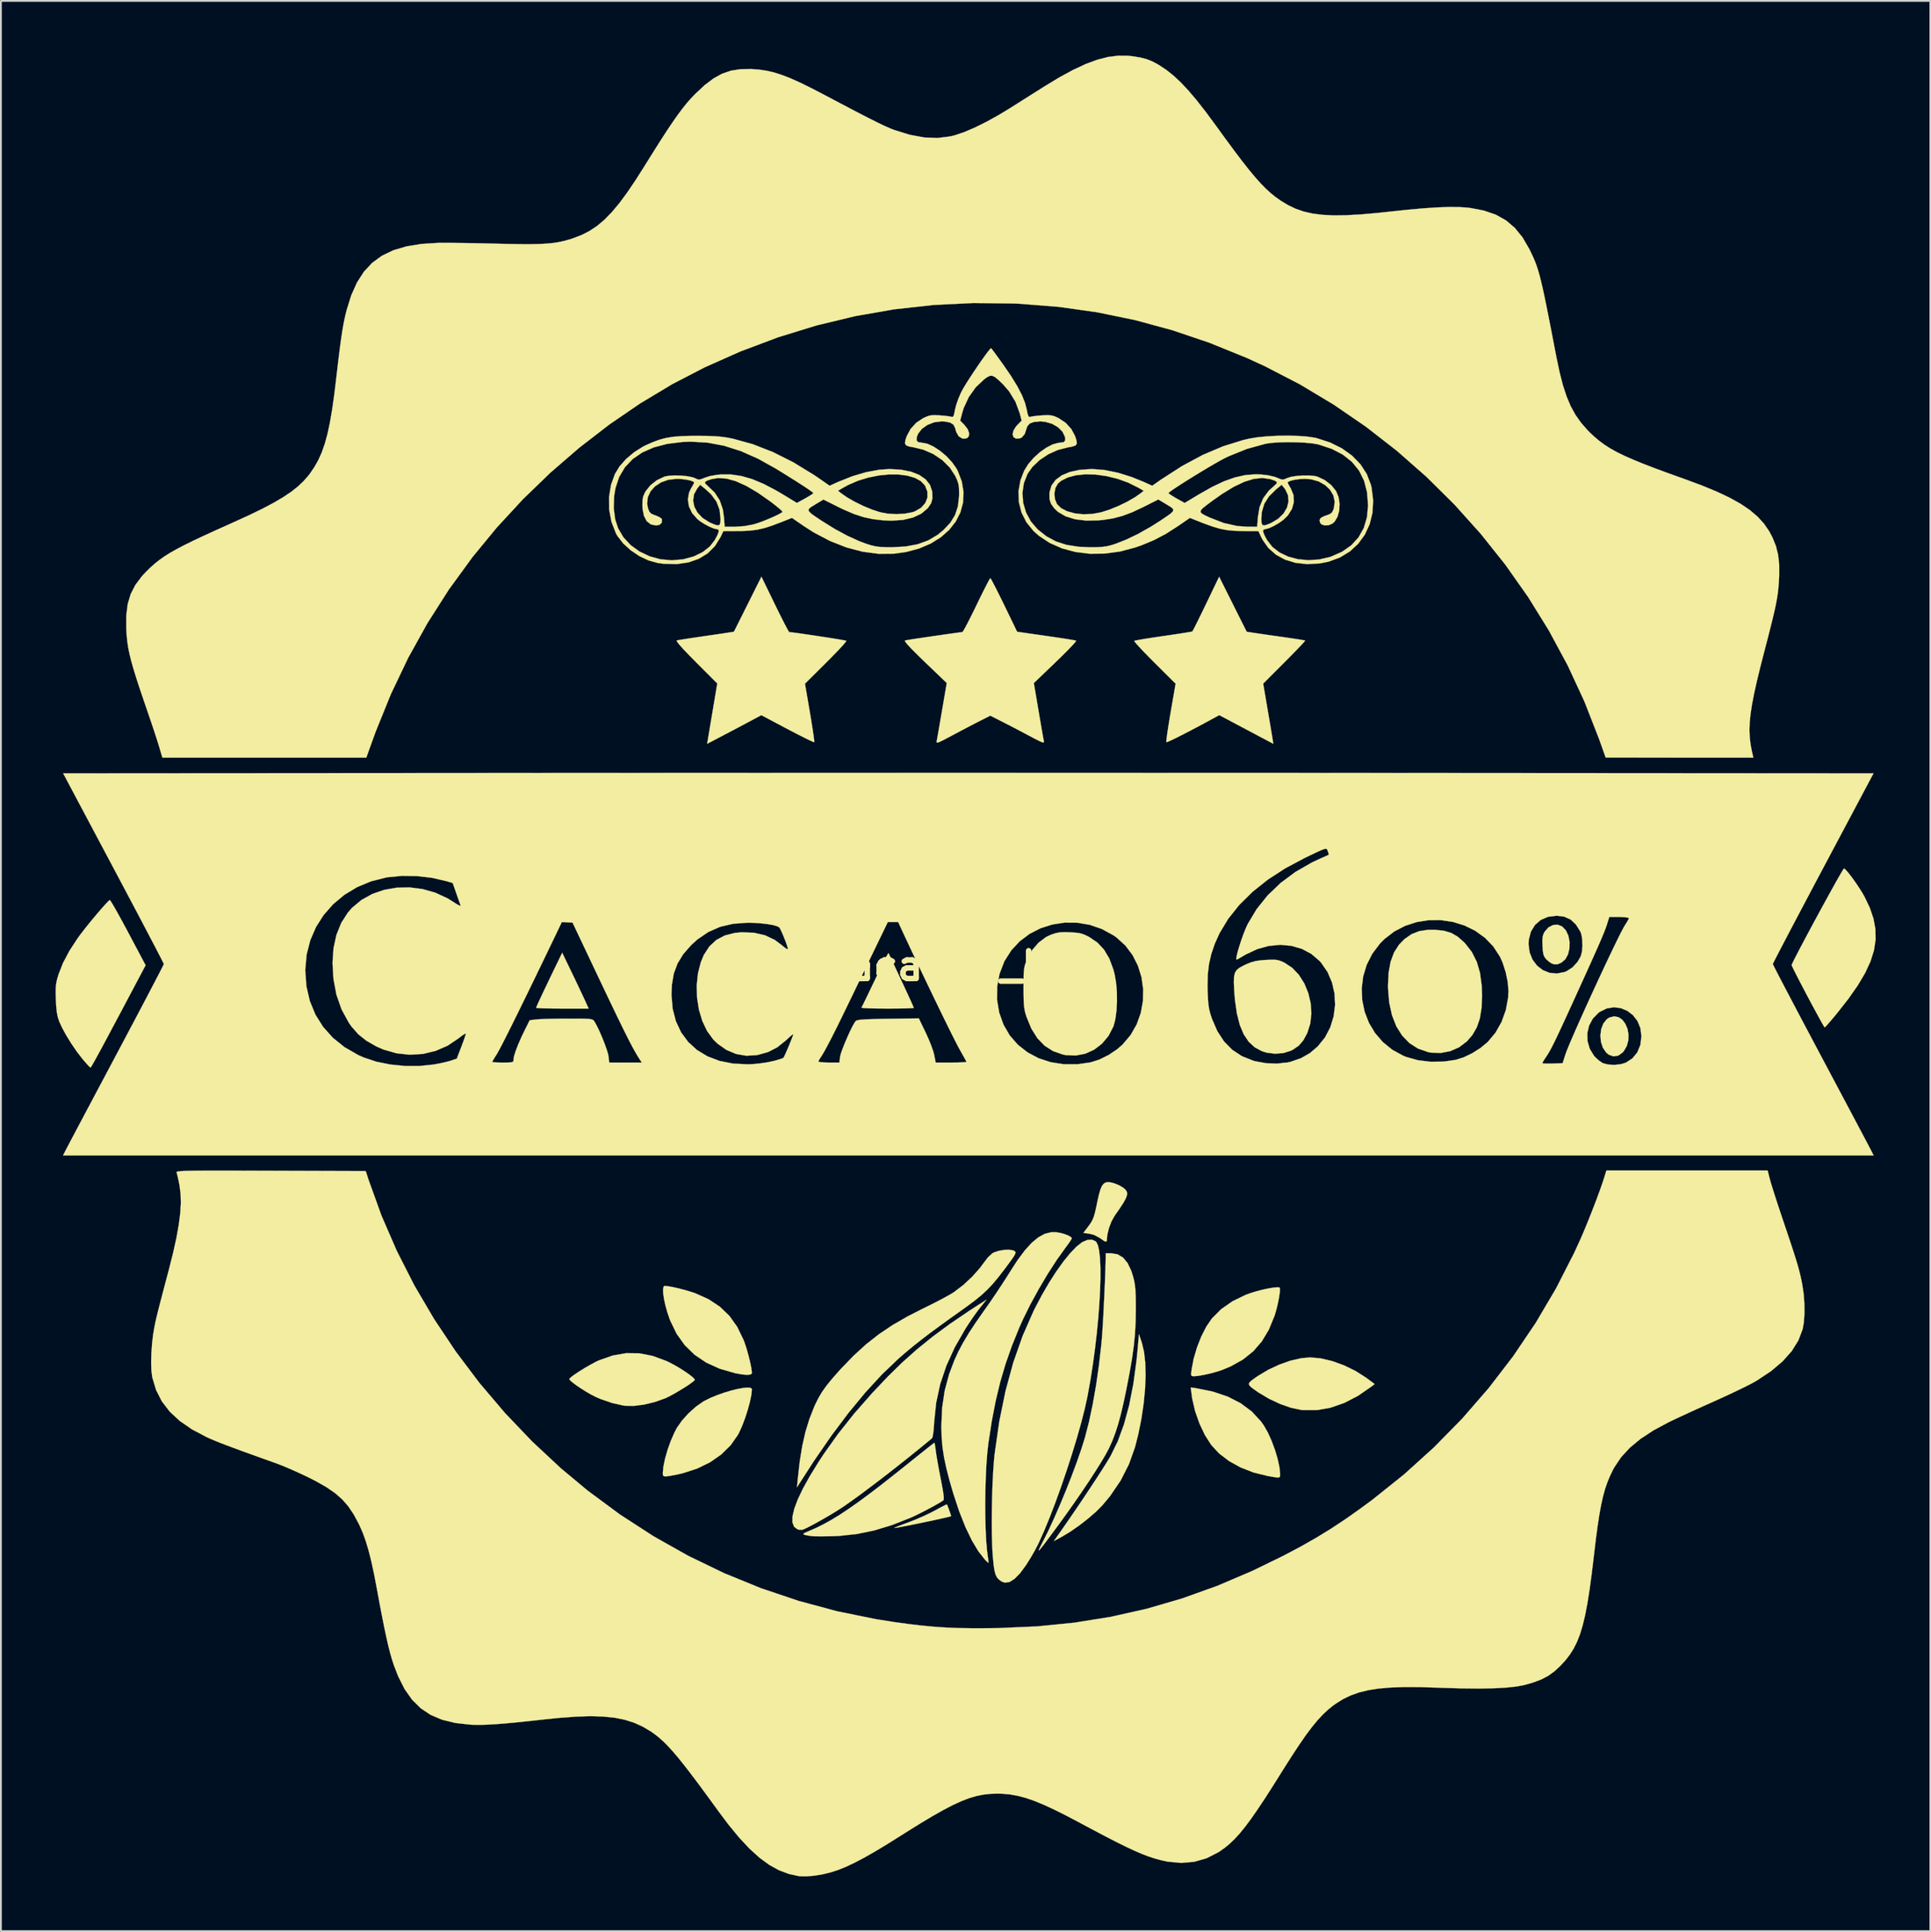
<source format=kicad_pcb>
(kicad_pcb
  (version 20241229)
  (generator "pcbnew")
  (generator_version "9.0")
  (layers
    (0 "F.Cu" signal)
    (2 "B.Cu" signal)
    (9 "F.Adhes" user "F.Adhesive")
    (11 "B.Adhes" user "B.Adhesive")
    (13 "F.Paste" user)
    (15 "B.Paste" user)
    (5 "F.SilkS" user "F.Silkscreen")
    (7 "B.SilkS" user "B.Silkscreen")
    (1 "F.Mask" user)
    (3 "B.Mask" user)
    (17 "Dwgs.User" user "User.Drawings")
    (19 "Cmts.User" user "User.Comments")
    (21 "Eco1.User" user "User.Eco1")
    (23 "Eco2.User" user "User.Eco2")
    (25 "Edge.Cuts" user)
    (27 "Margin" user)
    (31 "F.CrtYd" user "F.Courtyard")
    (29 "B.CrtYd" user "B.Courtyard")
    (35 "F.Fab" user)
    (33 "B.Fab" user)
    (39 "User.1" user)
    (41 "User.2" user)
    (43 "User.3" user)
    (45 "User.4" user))
  (footprint "Cacao60_logo"
    (layer "F.Cu")
    (at 49.974 49.938)
    (property "Reference" "Cacao60_logo" (at 0 0 0) (layer "F.SilkS") (effects (font (size 1.524 1.524) (thickness 0.3))))
    (attr through_hole)
    (fp_poly (pts (xy 35.777 2.811) (xy 35.983 2.954) (xy 36.148 3.172) (xy 36.264 3.444) (xy 36.322 3.75) (xy 36.315 4.069) (xy 36.234 4.381) (xy 36.072 4.666) (xy 36.006 4.743) (xy 35.765 4.919) (xy 35.505 4.962) (xy 35.247 4.873) (xy 35.106 4.76) (xy 34.919 4.492) (xy 34.811 4.166) (xy 34.781 3.815) (xy 34.826 3.469) (xy 34.943 3.162) (xy 35.13 2.926) (xy 35.27 2.833) (xy 35.536 2.764) (xy 35.777 2.811)) (stroke (width 0.01) (type solid)) (fill yes) (layer "F.SilkS"))
    (fp_poly (pts (xy -21.649 0.379) (xy -21.459 0.773) (xy -21.276 1.159) (xy -21.112 1.505) (xy -20.983 1.78) (xy -20.923 1.91) (xy -20.728 2.34) (xy -22.169 2.34) (xy -22.598 2.338) (xy -22.976 2.333) (xy -23.283 2.325) (xy -23.499 2.314) (xy -23.604 2.302) (xy -23.61 2.298) (xy -23.581 2.221) (xy -23.498 2.034) (xy -23.366 1.75) (xy -23.193 1.382) (xy -22.984 0.944) (xy -22.746 0.448) (xy -22.485 -0.092) (xy -22.464 -0.134) (xy -22.179 -0.723) (xy -21.649 0.379)) (stroke (width 0.01) (type solid)) (fill yes) (layer "F.SilkS"))
    (fp_poly (pts (xy 32.682 -2.164) (xy 32.891 -1.943) (xy 33.027 -1.648) (xy 33.091 -1.309) (xy 33.083 -0.961) (xy 33.004 -0.634) (xy 32.855 -0.362) (xy 32.637 -0.177) (xy 32.636 -0.177) (xy 32.431 -0.091) (xy 32.264 -0.085) (xy 32.111 -0.135) (xy 31.971 -0.223) (xy 31.814 -0.363) (xy 31.802 -0.376) (xy 31.711 -0.493) (xy 31.656 -0.629) (xy 31.624 -0.825) (xy 31.605 -1.104) (xy 31.598 -1.401) (xy 31.614 -1.604) (xy 31.659 -1.757) (xy 31.724 -1.879) (xy 31.931 -2.113) (xy 32.181 -2.243) (xy 32.445 -2.261) (xy 32.682 -2.164)) (stroke (width 0.01) (type solid)) (fill yes) (layer "F.SilkS"))
    (fp_poly (pts (xy 19.439 21.529) (xy 20.068 21.678) (xy 20.712 21.911) (xy 21.338 22.216) (xy 21.911 22.58) (xy 21.953 22.61) (xy 22.394 22.939) (xy 22.228 23.068) (xy 21.482 23.584) (xy 20.727 23.974) (xy 19.97 24.237) (xy 19.219 24.369) (xy 18.482 24.369) (xy 18.365 24.357) (xy 17.813 24.241) (xy 17.214 24.033) (xy 16.604 23.747) (xy 16.02 23.4) (xy 15.765 23.22) (xy 15.594 23.087) (xy 15.505 22.984) (xy 15.503 22.889) (xy 15.596 22.779) (xy 15.791 22.631) (xy 15.993 22.493) (xy 16.559 22.154) (xy 17.165 21.871) (xy 17.778 21.655) (xy 18.364 21.52) (xy 18.86 21.476) (xy 19.439 21.529)) (stroke (width 0.01) (type solid)) (fill yes) (layer "F.SilkS"))
    (fp_poly (pts (xy -1.035 29.626) (xy -0.976 29.78) (xy -0.913 29.956) (xy -0.863 30.107) (xy -0.843 30.184) (xy -0.844 30.186) (xy -0.925 30.211) (xy -1.117 30.258) (xy -1.397 30.321) (xy -1.74 30.396) (xy -2.124 30.478) (xy -2.524 30.562) (xy -2.917 30.642) (xy -3.278 30.715) (xy -3.585 30.774) (xy -3.812 30.815) (xy -3.938 30.834) (xy -3.95 30.834) (xy -3.919 30.811) (xy -3.78 30.751) (xy -3.553 30.662) (xy -3.261 30.553) (xy -3.201 30.532) (xy -2.803 30.376) (xy -2.376 30.192) (xy -1.978 30.004) (xy -1.732 29.876) (xy -1.469 29.732) (xy -1.255 29.621) (xy -1.115 29.554) (xy -1.074 29.542) (xy -1.035 29.626)) (stroke (width 0.01) (type solid)) (fill yes) (layer "F.SilkS"))
    (fp_poly (pts (xy 12.606 23.168) (xy 13.521 23.353) (xy 14.334 23.627) (xy 15.044 23.99) (xy 15.65 24.441) (xy 16.15 24.979) (xy 16.32 25.218) (xy 16.537 25.599) (xy 16.742 26.055) (xy 16.925 26.548) (xy 17.072 27.039) (xy 17.171 27.492) (xy 17.209 27.869) (xy 17.209 27.883) (xy 17.207 27.981) (xy 17.185 28.041) (xy 17.119 28.066) (xy 16.984 28.058) (xy 16.757 28.021) (xy 16.509 27.977) (xy 15.75 27.789) (xy 15.042 27.513) (xy 14.406 27.162) (xy 13.861 26.745) (xy 13.43 26.278) (xy 13.087 25.741) (xy 12.787 25.112) (xy 12.549 24.434) (xy 12.389 23.751) (xy 12.355 23.521) (xy 12.305 23.124) (xy 12.606 23.168)) (stroke (width 0.01) (type solid)) (fill yes) (layer "F.SilkS"))
    (fp_poly (pts (xy -3.991 -0.096) (xy -3.677 0.575) (xy -3.413 1.142) (xy -3.201 1.601) (xy -3.042 1.948) (xy -2.939 2.18) (xy -2.893 2.292) (xy -2.891 2.302) (xy -2.957 2.313) (xy -3.14 2.323) (xy -3.42 2.332) (xy -3.778 2.337) (xy -4.194 2.34) (xy -4.341 2.34) (xy -4.768 2.338) (xy -5.143 2.332) (xy -5.445 2.322) (xy -5.655 2.309) (xy -5.754 2.294) (xy -5.759 2.289) (xy -5.716 2.207) (xy -5.628 2.028) (xy -5.504 1.773) (xy -5.356 1.466) (xy -5.194 1.129) (xy -5.029 0.785) (xy -4.873 0.457) (xy -4.735 0.167) (xy -4.627 -0.062) (xy -4.56 -0.207) (xy -4.543 -0.248) (xy -4.511 -0.316) (xy -4.431 -0.455) (xy -4.411 -0.49) (xy -4.278 -0.708) (xy -3.991 -0.096)) (stroke (width 0.01) (type solid)) (fill yes) (layer "F.SilkS"))
    (fp_poly (pts (xy 7.876 11.868) (xy 8.134 11.934) (xy 8.404 12.048) (xy 8.635 12.193) (xy 8.748 12.301) (xy 8.809 12.418) (xy 8.811 12.56) (xy 8.748 12.745) (xy 8.616 12.988) (xy 8.409 13.306) (xy 8.134 13.699) (xy 7.96 14.006) (xy 7.819 14.375) (xy 7.73 14.741) (xy 7.71 14.954) (xy 7.699 15.084) (xy 7.653 15.129) (xy 7.548 15.086) (xy 7.364 14.956) (xy 7.337 14.936) (xy 6.999 14.754) (xy 6.741 14.689) (xy 6.415 14.646) (xy 6.656 14.329) (xy 6.795 14.14) (xy 6.897 13.971) (xy 6.977 13.789) (xy 7.045 13.56) (xy 7.116 13.252) (xy 7.173 12.975) (xy 7.266 12.556) (xy 7.353 12.254) (xy 7.445 12.051) (xy 7.549 11.929) (xy 7.674 11.868) (xy 7.679 11.867) (xy 7.876 11.868)) (stroke (width 0.01) (type solid)) (fill yes) (layer "F.SilkS"))
    (fp_poly (pts (xy 9.626 20.685) (xy 9.744 21.181) (xy 9.811 21.785) (xy 9.829 22.475) (xy 9.797 23.232) (xy 9.718 24.035) (xy 9.594 24.865) (xy 9.425 25.7) (xy 9.248 26.398) (xy 8.916 27.332) (xy 8.458 28.233) (xy 7.88 29.083) (xy 7.439 29.609) (xy 7.091 29.955) (xy 6.659 30.328) (xy 6.185 30.696) (xy 5.707 31.029) (xy 5.272 31.292) (xy 4.797 31.551) (xy 5.324 30.799) (xy 5.68 30.285) (xy 6.051 29.743) (xy 6.423 29.191) (xy 6.784 28.649) (xy 7.121 28.137) (xy 7.421 27.673) (xy 7.671 27.277) (xy 7.859 26.968) (xy 7.905 26.889) (xy 8.301 26.084) (xy 8.642 25.153) (xy 8.929 24.098) (xy 9.159 22.921) (xy 9.334 21.622) (xy 9.382 21.132) (xy 9.466 20.203) (xy 9.626 20.685)) (stroke (width 0.01) (type solid)) (fill yes) (layer "F.SilkS"))
    (fp_poly (pts (xy -16.355 17.574) (xy -16.057 17.629) (xy -15.707 17.711) (xy -15.343 17.809) (xy -15.003 17.914) (xy -14.877 17.958) (xy -14.148 18.285) (xy -13.526 18.698) (xy -13.003 19.202) (xy -12.574 19.805) (xy -12.232 20.512) (xy -12.177 20.656) (xy -12.071 20.974) (xy -11.969 21.333) (xy -11.879 21.695) (xy -11.811 22.02) (xy -11.775 22.27) (xy -11.771 22.343) (xy -11.834 22.411) (xy -12.013 22.434) (xy -12.297 22.412) (xy -12.671 22.345) (xy -12.7 22.338) (xy -13.538 22.097) (xy -14.275 21.762) (xy -14.913 21.333) (xy -15.453 20.808) (xy -15.898 20.185) (xy -16.249 19.463) (xy -16.282 19.378) (xy -16.415 18.987) (xy -16.521 18.604) (xy -16.597 18.251) (xy -16.639 17.948) (xy -16.644 17.718) (xy -16.609 17.581) (xy -16.561 17.553) (xy -16.355 17.574)) (stroke (width 0.01) (type solid)) (fill yes) (layer "F.SilkS"))
    (fp_poly (pts (xy 26.198 -1.929) (xy 26.599 -1.809) (xy 26.953 -1.604) (xy 27.303 -1.295) (xy 27.365 -1.229) (xy 27.727 -0.764) (xy 27.997 -0.228) (xy 28.177 0.389) (xy 28.272 1.1) (xy 28.29 1.646) (xy 28.259 2.322) (xy 28.164 2.894) (xy 27.996 3.379) (xy 27.751 3.798) (xy 27.452 4.142) (xy 27.027 4.464) (xy 26.536 4.678) (xy 26.005 4.777) (xy 25.462 4.754) (xy 25.329 4.728) (xy 24.782 4.539) (xy 24.306 4.236) (xy 23.906 3.825) (xy 23.585 3.313) (xy 23.346 2.704) (xy 23.194 2.004) (xy 23.13 1.22) (xy 23.128 1.062) (xy 23.164 0.36) (xy 23.273 -0.236) (xy 23.46 -0.739) (xy 23.731 -1.162) (xy 24.035 -1.474) (xy 24.418 -1.741) (xy 24.837 -1.907) (xy 25.319 -1.98) (xy 25.71 -1.981) (xy 26.198 -1.929)) (stroke (width 0.01) (type solid)) (fill yes) (layer "F.SilkS"))
    (fp_poly (pts (xy -11.829 23.15) (xy -11.771 23.216) (xy -11.799 23.516) (xy -11.878 23.904) (xy -11.996 24.342) (xy -12.142 24.794) (xy -12.304 25.225) (xy -12.472 25.598) (xy -12.54 25.727) (xy -12.942 26.3) (xy -13.456 26.803) (xy -14.072 27.231) (xy -14.78 27.576) (xy -15.571 27.832) (xy -15.958 27.919) (xy -16.271 27.977) (xy -16.474 28.005) (xy -16.589 27.999) (xy -16.642 27.955) (xy -16.657 27.871) (xy -16.658 27.814) (xy -16.625 27.454) (xy -16.532 27.015) (xy -16.393 26.534) (xy -16.219 26.049) (xy -16.022 25.598) (xy -15.889 25.345) (xy -15.613 24.948) (xy -15.251 24.546) (xy -14.845 24.181) (xy -14.438 23.896) (xy -14.386 23.867) (xy -14.059 23.703) (xy -13.691 23.551) (xy -13.306 23.414) (xy -12.922 23.298) (xy -12.562 23.209) (xy -12.246 23.151) (xy -11.995 23.129) (xy -11.829 23.15)) (stroke (width 0.01) (type solid)) (fill yes) (layer "F.SilkS"))
    (fp_poly (pts (xy 17.181 17.641) (xy 17.185 17.644) (xy 17.202 17.74) (xy 17.188 17.938) (xy 17.147 18.207) (xy 17.085 18.517) (xy 17.008 18.837) (xy 16.922 19.136) (xy 16.899 19.205) (xy 16.588 19.959) (xy 16.202 20.601) (xy 15.731 21.144) (xy 15.163 21.597) (xy 14.49 21.971) (xy 14.033 22.161) (xy 13.72 22.264) (xy 13.362 22.361) (xy 13.003 22.44) (xy 12.69 22.493) (xy 12.502 22.508) (xy 12.385 22.502) (xy 12.332 22.461) (xy 12.327 22.349) (xy 12.349 22.168) (xy 12.466 21.55) (xy 12.65 20.924) (xy 12.886 20.325) (xy 13.159 19.791) (xy 13.455 19.355) (xy 13.471 19.336) (xy 13.981 18.826) (xy 14.598 18.395) (xy 15.31 18.049) (xy 15.625 17.934) (xy 15.936 17.84) (xy 16.266 17.757) (xy 16.585 17.69) (xy 16.863 17.645) (xy 17.072 17.627) (xy 17.181 17.641)) (stroke (width 0.01) (type solid)) (fill yes) (layer "F.SilkS"))
    (fp_poly (pts (xy 16.962 -0.337) (xy 17.134 -0.306) (xy 17.302 -0.245) (xy 17.445 -0.177) (xy 17.873 0.105) (xy 18.239 0.491) (xy 18.534 0.957) (xy 18.751 1.48) (xy 18.884 2.038) (xy 18.924 2.606) (xy 18.864 3.163) (xy 18.697 3.685) (xy 18.69 3.699) (xy 18.477 4.089) (xy 18.23 4.375) (xy 17.916 4.592) (xy 17.794 4.654) (xy 17.383 4.782) (xy 16.92 4.816) (xy 16.456 4.755) (xy 16.216 4.68) (xy 15.819 4.467) (xy 15.485 4.16) (xy 15.213 3.754) (xy 14.998 3.241) (xy 14.839 2.615) (xy 14.731 1.871) (xy 14.688 1.317) (xy 14.671 0.904) (xy 14.68 0.602) (xy 14.728 0.384) (xy 14.827 0.223) (xy 14.99 0.092) (xy 15.229 -0.034) (xy 15.339 -0.086) (xy 15.617 -0.199) (xy 15.88 -0.27) (xy 16.185 -0.312) (xy 16.432 -0.329) (xy 16.743 -0.342) (xy 16.962 -0.337)) (stroke (width 0.01) (type solid)) (fill yes) (layer "F.SilkS"))
    (fp_poly (pts (xy -17.944 21.253) (xy -17.21 21.396) (xy -16.463 21.673) (xy -16.303 21.749) (xy -16.01 21.903) (xy -15.711 22.079) (xy -15.43 22.259) (xy -15.187 22.43) (xy -15.007 22.575) (xy -14.911 22.68) (xy -14.904 22.717) (xy -14.995 22.803) (xy -15.178 22.937) (xy -15.426 23.101) (xy -15.711 23.277) (xy -16.002 23.448) (xy -16.274 23.597) (xy -16.495 23.706) (xy -16.52 23.716) (xy -17.1 23.923) (xy -17.685 24.065) (xy -18.24 24.136) (xy -18.731 24.128) (xy -18.826 24.116) (xy -19.433 23.979) (xy -20.059 23.765) (xy -20.324 23.651) (xy -20.579 23.522) (xy -20.858 23.362) (xy -21.138 23.186) (xy -21.395 23.013) (xy -21.605 22.856) (xy -21.746 22.732) (xy -21.792 22.658) (xy -21.79 22.653) (xy -21.693 22.558) (xy -21.503 22.417) (xy -21.246 22.246) (xy -20.952 22.063) (xy -20.649 21.887) (xy -20.365 21.734) (xy -20.154 21.634) (xy -19.406 21.373) (xy -18.673 21.246) (xy -17.944 21.253)) (stroke (width 0.01) (type solid)) (fill yes) (layer "F.SilkS"))
    (fp_poly (pts (xy -1.739 26.22) (xy -1.712 26.382) (xy -1.686 26.587) (xy -1.655 26.806) (xy -1.602 27.124) (xy -1.534 27.507) (xy -1.456 27.919) (xy -1.413 28.136) (xy -1.325 28.594) (xy -1.269 28.931) (xy -1.245 29.156) (xy -1.249 29.282) (xy -1.266 29.314) (xy -1.411 29.411) (xy -1.649 29.55) (xy -1.949 29.715) (xy -2.28 29.89) (xy -2.609 30.057) (xy -2.908 30.201) (xy -3.055 30.267) (xy -4.085 30.672) (xy -5.064 30.969) (xy -6.02 31.166) (xy -6.98 31.268) (xy -7.331 31.283) (xy -7.7 31.29) (xy -8.035 31.292) (xy -8.305 31.289) (xy -8.477 31.281) (xy -8.501 31.278) (xy -8.778 31.234) (xy -8.925 31.196) (xy -8.95 31.154) (xy -8.86 31.096) (xy -8.673 31.015) (xy -8.265 30.837) (xy -7.852 30.633) (xy -7.424 30.397) (xy -6.97 30.12) (xy -6.479 29.796) (xy -5.939 29.416) (xy -5.339 28.974) (xy -4.669 28.462) (xy -3.917 27.871) (xy -3.181 27.283) (xy -2.805 26.981) (xy -2.465 26.71) (xy -2.176 26.48) (xy -1.953 26.304) (xy -1.808 26.193) (xy -1.758 26.157) (xy -1.739 26.22)) (stroke (width 0.01) (type solid)) (fill yes) (layer "F.SilkS"))
    (fp_poly (pts (xy 5.679 -1.845) (xy 6.002 -1.825) (xy 6.239 -1.789) (xy 6.443 -1.726) (xy 6.667 -1.62) (xy 6.739 -1.582) (xy 7.185 -1.28) (xy 7.549 -0.891) (xy 7.838 -0.403) (xy 8.059 0.194) (xy 8.13 0.462) (xy 8.209 0.917) (xy 8.252 1.429) (xy 8.258 1.96) (xy 8.229 2.474) (xy 8.167 2.933) (xy 8.07 3.299) (xy 8.059 3.328) (xy 7.791 3.842) (xy 7.434 4.268) (xy 7.005 4.595) (xy 6.521 4.814) (xy 5.998 4.916) (xy 5.451 4.893) (xy 5.3 4.863) (xy 4.759 4.677) (xy 4.291 4.38) (xy 3.893 3.969) (xy 3.562 3.441) (xy 3.294 2.792) (xy 3.293 2.788) (xy 3.23 2.585) (xy 3.186 2.394) (xy 3.157 2.182) (xy 3.141 1.92) (xy 3.133 1.577) (xy 3.132 1.205) (xy 3.133 0.787) (xy 3.139 0.478) (xy 3.153 0.249) (xy 3.179 0.071) (xy 3.221 -0.087) (xy 3.283 -0.252) (xy 3.332 -0.369) (xy 3.602 -0.863) (xy 3.955 -1.275) (xy 4.369 -1.585) (xy 4.647 -1.716) (xy 4.885 -1.795) (xy 5.106 -1.839) (xy 5.364 -1.853) (xy 5.679 -1.845)) (stroke (width 0.01) (type solid)) (fill yes) (layer "F.SilkS"))
    (fp_poly (pts (xy 0.753 18.74) (xy 0.571 18.979) (xy 0.349 19.291) (xy 0.118 19.633) (xy -0.051 19.893) (xy -0.642 20.923) (xy -1.104 21.936) (xy -1.443 22.949) (xy -1.664 23.976) (xy -1.771 25.021) (xy -1.797 25.405) (xy -1.83 25.693) (xy -1.869 25.87) (xy -1.895 25.916) (xy -2.51 26.423) (xy -3.153 26.941) (xy -3.805 27.459) (xy -4.451 27.963) (xy -5.074 28.439) (xy -5.656 28.876) (xy -6.181 29.261) (xy -6.633 29.58) (xy -6.945 29.789) (xy -7.243 29.976) (xy -7.582 30.179) (xy -7.936 30.383) (xy -8.278 30.575) (xy -8.583 30.738) (xy -8.825 30.859) (xy -8.977 30.924) (xy -8.986 30.927) (xy -9.158 30.933) (xy -9.271 30.906) (xy -9.457 30.764) (xy -9.547 30.526) (xy -9.543 30.196) (xy -9.445 29.776) (xy -9.255 29.269) (xy -8.973 28.677) (xy -8.6 28.003) (xy -8.138 27.25) (xy -7.828 26.777) (xy -7.044 25.673) (xy -6.162 24.563) (xy -5.171 23.433) (xy -4.308 22.523) (xy -3.523 21.754) (xy -2.71 21.03) (xy -1.844 20.33) (xy -0.901 19.635) (xy 0.142 18.927) (xy 0.499 18.695) (xy 1.102 18.309) (xy 0.753 18.74)) (stroke (width 0.01) (type solid)) (fill yes) (layer "F.SilkS"))
    (fp_poly (pts (xy 48.239 -5.274) (xy 48.384 -5.108) (xy 48.565 -4.875) (xy 48.764 -4.6) (xy 48.963 -4.306) (xy 49.143 -4.021) (xy 49.276 -3.787) (xy 49.566 -3.176) (xy 49.765 -2.587) (xy 49.87 -2.011) (xy 49.879 -1.436) (xy 49.79 -0.852) (xy 49.599 -0.247) (xy 49.305 0.389) (xy 48.903 1.066) (xy 48.393 1.796) (xy 47.77 2.59) (xy 47.681 2.698) (xy 47.468 2.952) (xy 47.286 3.163) (xy 47.154 3.309) (xy 47.088 3.371) (xy 47.085 3.372) (xy 47.045 3.314) (xy 46.949 3.149) (xy 46.806 2.893) (xy 46.625 2.562) (xy 46.414 2.172) (xy 46.182 1.737) (xy 46.158 1.692) (xy 45.926 1.251) (xy 45.716 0.85) (xy 45.538 0.503) (xy 45.4 0.228) (xy 45.309 0.041) (xy 45.274 -0.043) (xy 45.274 -0.045) (xy 45.308 -0.131) (xy 45.399 -0.32) (xy 45.54 -0.596) (xy 45.721 -0.945) (xy 45.936 -1.352) (xy 46.175 -1.801) (xy 46.431 -2.278) (xy 46.696 -2.768) (xy 46.961 -3.255) (xy 47.219 -3.725) (xy 47.46 -4.163) (xy 47.678 -4.554) (xy 47.864 -4.883) (xy 48.01 -5.135) (xy 48.107 -5.295) (xy 48.148 -5.347) (xy 48.239 -5.274)) (stroke (width 0.01) (type solid)) (fill yes) (layer "F.SilkS"))
    (fp_poly (pts (xy -46.952 -3.555) (xy -46.849 -3.39) (xy -46.7 -3.133) (xy -46.513 -2.799) (xy -46.296 -2.403) (xy -46.058 -1.961) (xy -45.986 -1.825) (xy -45.036 -0.036) (xy -45.457 0.759) (xy -45.938 1.666) (xy -46.358 2.459) (xy -46.722 3.143) (xy -47.033 3.726) (xy -47.294 4.215) (xy -47.511 4.617) (xy -47.685 4.937) (xy -47.821 5.185) (xy -47.923 5.365) (xy -47.994 5.486) (xy -48.038 5.554) (xy -48.059 5.576) (xy -48.06 5.576) (xy -48.122 5.526) (xy -48.248 5.393) (xy -48.416 5.201) (xy -48.507 5.093) (xy -48.812 4.697) (xy -49.117 4.251) (xy -49.398 3.793) (xy -49.631 3.363) (xy -49.777 3.041) (xy -49.853 2.806) (xy -49.906 2.542) (xy -49.94 2.211) (xy -49.959 1.839) (xy -49.969 1.469) (xy -49.965 1.192) (xy -49.941 0.965) (xy -49.894 0.743) (xy -49.818 0.482) (xy -49.811 0.462) (xy -49.569 -0.157) (xy -49.219 -0.82) (xy -48.774 -1.503) (xy -48.656 -1.666) (xy -48.452 -1.934) (xy -48.216 -2.233) (xy -47.963 -2.543) (xy -47.71 -2.845) (xy -47.472 -3.122) (xy -47.267 -3.353) (xy -47.109 -3.521) (xy -47.014 -3.607) (xy -46.999 -3.614) (xy -46.952 -3.555)) (stroke (width 0.01) (type solid)) (fill yes) (layer "F.SilkS"))
    (fp_poly (pts (xy 2.541 15.597) (xy 2.638 15.64) (xy 2.681 15.683) (xy 2.691 15.74) (xy 2.66 15.828) (xy 2.577 15.967) (xy 2.433 16.172) (xy 2.219 16.463) (xy 2.123 16.592) (xy 1.775 17.045) (xy 1.464 17.421) (xy 1.161 17.745) (xy 0.839 18.045) (xy 0.468 18.349) (xy 0.021 18.682) (xy -0.241 18.87) (xy -0.927 19.359) (xy -1.516 19.785) (xy -2.025 20.161) (xy -2.469 20.5) (xy -2.867 20.814) (xy -3.235 21.117) (xy -3.591 21.423) (xy -3.751 21.564) (xy -4.639 22.413) (xy -5.544 23.396) (xy -6.468 24.514) (xy -7.408 25.766) (xy -8.364 27.151) (xy -9.145 28.36) (xy -9.297 28.601) (xy -9.255 28.153) (xy -9.147 27.191) (xy -9.009 26.339) (xy -8.835 25.571) (xy -8.619 24.863) (xy -8.354 24.189) (xy -8.295 24.056) (xy -8.123 23.709) (xy -7.926 23.377) (xy -7.685 23.036) (xy -7.381 22.66) (xy -6.997 22.224) (xy -6.886 22.102) (xy -6.198 21.389) (xy -5.516 20.766) (xy -4.81 20.21) (xy -4.052 19.701) (xy -3.212 19.217) (xy -2.358 18.784) (xy -1.943 18.579) (xy -1.54 18.374) (xy -1.179 18.182) (xy -0.887 18.019) (xy -0.691 17.899) (xy -0.688 17.897) (xy -0.17 17.501) (xy 0.321 17.045) (xy 0.743 16.568) (xy 0.926 16.319) (xy 1.187 15.978) (xy 1.423 15.766) (xy 1.501 15.722) (xy 1.751 15.635) (xy 2.037 15.583) (xy 2.316 15.569) (xy 2.541 15.597)) (stroke (width 0.01) (type solid)) (fill yes) (layer "F.SilkS"))
    (fp_poly (pts (xy 7.086 15.106) (xy 7.12 15.139) (xy 7.212 15.32) (xy 7.28 15.623) (xy 7.326 16.038) (xy 7.349 16.55) (xy 7.35 17.146) (xy 7.33 17.816) (xy 7.29 18.545) (xy 7.231 19.322) (xy 7.152 20.134) (xy 7.056 20.968) (xy 6.942 21.811) (xy 6.812 22.651) (xy 6.665 23.476) (xy 6.635 23.633) (xy 6.489 24.299) (xy 6.295 25.06) (xy 6.06 25.891) (xy 5.793 26.768) (xy 5.502 27.667) (xy 5.196 28.562) (xy 4.882 29.43) (xy 4.569 30.245) (xy 4.265 30.984) (xy 3.978 31.622) (xy 3.879 31.826) (xy 3.722 32.119) (xy 3.523 32.463) (xy 3.317 32.795) (xy 3.264 32.876) (xy 2.943 33.313) (xy 2.643 33.619) (xy 2.368 33.794) (xy 2.117 33.835) (xy 1.95 33.78) (xy 1.8 33.68) (xy 1.686 33.562) (xy 1.603 33.404) (xy 1.541 33.182) (xy 1.494 32.874) (xy 1.453 32.459) (xy 1.44 32.313) (xy 1.411 31.806) (xy 1.394 31.193) (xy 1.388 30.507) (xy 1.394 29.778) (xy 1.41 29.038) (xy 1.436 28.319) (xy 1.472 27.652) (xy 1.516 27.069) (xy 1.546 26.777) (xy 1.8 25.001) (xy 2.141 23.33) (xy 2.568 21.762) (xy 3.083 20.295) (xy 3.685 18.926) (xy 3.754 18.787) (xy 4.134 18.066) (xy 4.527 17.389) (xy 4.924 16.77) (xy 5.314 16.224) (xy 5.688 15.763) (xy 6.034 15.403) (xy 6.344 15.158) (xy 6.36 15.148) (xy 6.632 15.032) (xy 6.885 15.018) (xy 7.086 15.106)) (stroke (width 0.01) (type solid)) (fill yes) (layer "F.SilkS"))
    (fp_poly (pts (xy 8.292 15.822) (xy 8.591 16) (xy 8.84 16.3) (xy 9.043 16.727) (xy 9.147 17.057) (xy 9.203 17.285) (xy 9.243 17.511) (xy 9.269 17.765) (xy 9.285 18.076) (xy 9.292 18.474) (xy 9.293 18.81) (xy 9.282 19.515) (xy 9.246 20.178) (xy 9.181 20.84) (xy 9.083 21.544) (xy 8.947 22.329) (xy 8.919 22.479) (xy 8.758 23.306) (xy 8.607 24.015) (xy 8.463 24.623) (xy 8.319 25.148) (xy 8.172 25.608) (xy 8.016 26.02) (xy 7.846 26.403) (xy 7.798 26.501) (xy 7.619 26.834) (xy 7.366 27.259) (xy 7.052 27.76) (xy 6.687 28.319) (xy 6.282 28.921) (xy 5.849 29.547) (xy 5.398 30.182) (xy 5.008 30.718) (xy 4.662 31.186) (xy 4.392 31.549) (xy 4.192 31.812) (xy 4.058 31.98) (xy 3.984 32.059) (xy 3.966 32.054) (xy 3.997 31.972) (xy 4.073 31.817) (xy 4.188 31.595) (xy 4.188 31.595) (xy 4.485 31.003) (xy 4.804 30.314) (xy 5.134 29.559) (xy 5.462 28.769) (xy 5.775 27.975) (xy 6.06 27.208) (xy 6.306 26.499) (xy 6.5 25.879) (xy 6.506 25.858) (xy 6.725 25.009) (xy 6.928 24.051) (xy 7.111 23.013) (xy 7.268 21.922) (xy 7.396 20.808) (xy 7.433 20.409) (xy 7.454 20.125) (xy 7.479 19.732) (xy 7.506 19.256) (xy 7.533 18.727) (xy 7.56 18.172) (xy 7.585 17.619) (xy 7.607 17.096) (xy 7.624 16.631) (xy 7.635 16.252) (xy 7.639 16.021) (xy 7.641 15.763) (xy 7.94 15.763) (xy 8.292 15.822)) (stroke (width 0.01) (type solid)) (fill yes) (layer "F.SilkS"))
    (fp_poly (pts (xy 5.147 14.645) (xy 5.392 14.714) (xy 5.603 14.798) (xy 5.744 14.883) (xy 5.782 14.941) (xy 5.743 15.019) (xy 5.639 15.176) (xy 5.489 15.384) (xy 5.427 15.467) (xy 4.946 16.14) (xy 4.451 16.907) (xy 3.965 17.728) (xy 3.508 18.564) (xy 3.106 19.377) (xy 2.89 19.859) (xy 2.486 20.86) (xy 2.142 21.842) (xy 1.85 22.835) (xy 1.601 23.872) (xy 1.387 24.984) (xy 1.201 26.192) (xy 1.142 26.719) (xy 1.095 27.339) (xy 1.061 28.024) (xy 1.039 28.749) (xy 1.03 29.486) (xy 1.034 30.211) (xy 1.051 30.896) (xy 1.081 31.515) (xy 1.125 32.043) (xy 1.165 32.352) (xy 1.195 32.562) (xy 1.211 32.707) (xy 1.21 32.747) (xy 1.159 32.713) (xy 1.051 32.609) (xy 1.019 32.575) (xy 0.653 32.11) (xy 0.295 31.512) (xy -0.054 30.786) (xy -0.391 29.937) (xy -0.713 28.969) (xy -0.92 28.257) (xy -1.099 27.569) (xy -1.228 26.967) (xy -1.313 26.412) (xy -1.361 25.863) (xy -1.377 25.281) (xy -1.377 25.228) (xy -1.332 24.231) (xy -1.194 23.303) (xy -0.954 22.406) (xy -0.655 21.617) (xy -0.439 21.148) (xy -0.183 20.667) (xy 0.126 20.151) (xy 0.501 19.58) (xy 0.954 18.93) (xy 1.004 18.861) (xy 1.305 18.433) (xy 1.632 17.953) (xy 1.954 17.466) (xy 2.241 17.019) (xy 2.374 16.806) (xy 2.804 16.141) (xy 3.204 15.604) (xy 3.583 15.188) (xy 3.945 14.888) (xy 4.3 14.696) (xy 4.652 14.609) (xy 4.905 14.607) (xy 5.147 14.645)) (stroke (width 0.01) (type solid)) (fill yes) (layer "F.SilkS"))
    (fp_poly (pts (xy -10.51 -19.831) (xy -10.304 -19.411) (xy -10.116 -19.035) (xy -9.955 -18.721) (xy -9.83 -18.485) (xy -9.748 -18.344) (xy -9.721 -18.31) (xy -9.608 -18.301) (xy -9.39 -18.274) (xy -9.09 -18.233) (xy -8.733 -18.181) (xy -8.341 -18.123) (xy -7.939 -18.062) (xy -7.549 -18.002) (xy -7.197 -17.945) (xy -6.905 -17.897) (xy -6.697 -17.859) (xy -6.596 -17.837) (xy -6.591 -17.834) (xy -6.624 -17.775) (xy -6.742 -17.633) (xy -6.932 -17.423) (xy -7.183 -17.159) (xy -7.482 -16.854) (xy -7.7 -16.635) (xy -8.86 -15.482) (xy -8.588 -13.897) (xy -8.513 -13.447) (xy -8.449 -13.043) (xy -8.398 -12.706) (xy -8.365 -12.453) (xy -8.351 -12.305) (xy -8.353 -12.274) (xy -8.421 -12.295) (xy -8.594 -12.372) (xy -8.853 -12.498) (xy -9.181 -12.663) (xy -9.562 -12.86) (xy -9.822 -12.997) (xy -11.254 -13.756) (xy -11.805 -13.461) (xy -12.074 -13.318) (xy -12.423 -13.132) (xy -12.813 -12.926) (xy -13.202 -12.722) (xy -13.292 -12.675) (xy -14.227 -12.184) (xy -13.949 -13.839) (xy -13.671 -15.493) (xy -14.834 -16.658) (xy -15.239 -17.069) (xy -15.551 -17.397) (xy -15.765 -17.638) (xy -15.882 -17.791) (xy -15.899 -17.853) (xy -15.897 -17.854) (xy -15.802 -17.873) (xy -15.592 -17.907) (xy -15.288 -17.955) (xy -14.911 -18.012) (xy -14.482 -18.075) (xy -14.283 -18.104) (xy -13.845 -18.168) (xy -13.455 -18.225) (xy -13.134 -18.273) (xy -12.901 -18.309) (xy -12.776 -18.33) (xy -12.759 -18.334) (xy -12.727 -18.396) (xy -12.642 -18.564) (xy -12.513 -18.821) (xy -12.347 -19.152) (xy -12.154 -19.538) (xy -11.999 -19.848) (xy -11.248 -21.351) (xy -10.51 -19.831)) (stroke (width 0.01) (type solid)) (fill yes) (layer "F.SilkS"))
    (fp_poly (pts (xy 14.615 -19.847) (xy 14.823 -19.431) (xy 15.01 -19.057) (xy 15.167 -18.745) (xy 15.286 -18.509) (xy 15.358 -18.367) (xy 15.376 -18.332) (xy 15.444 -18.319) (xy 15.629 -18.291) (xy 15.913 -18.249) (xy 16.275 -18.196) (xy 16.697 -18.135) (xy 16.969 -18.097) (xy 17.419 -18.033) (xy 17.822 -17.974) (xy 18.159 -17.923) (xy 18.409 -17.882) (xy 18.554 -17.856) (xy 18.582 -17.849) (xy 18.544 -17.795) (xy 18.422 -17.658) (xy 18.227 -17.452) (xy 17.974 -17.189) (xy 17.674 -16.884) (xy 17.446 -16.655) (xy 16.28 -15.487) (xy 16.561 -13.835) (xy 16.639 -13.378) (xy 16.708 -12.97) (xy 16.765 -12.628) (xy 16.807 -12.372) (xy 16.831 -12.22) (xy 16.836 -12.185) (xy 16.776 -12.217) (xy 16.612 -12.304) (xy 16.358 -12.438) (xy 16.033 -12.61) (xy 15.653 -12.812) (xy 15.35 -12.973) (xy 13.87 -13.758) (xy 13.388 -13.496) (xy 12.853 -13.207) (xy 12.359 -12.946) (xy 11.921 -12.718) (xy 11.55 -12.531) (xy 11.26 -12.39) (xy 11.063 -12.302) (xy 10.972 -12.274) (xy 10.967 -12.276) (xy 10.968 -12.352) (xy 10.989 -12.544) (xy 11.029 -12.833) (xy 11.086 -13.199) (xy 11.155 -13.623) (xy 11.201 -13.899) (xy 11.475 -15.483) (xy 10.315 -16.636) (xy 9.993 -16.96) (xy 9.709 -17.253) (xy 9.477 -17.5) (xy 9.309 -17.687) (xy 9.218 -17.802) (xy 9.207 -17.831) (xy 9.287 -17.853) (xy 9.484 -17.89) (xy 9.777 -17.94) (xy 10.146 -17.998) (xy 10.571 -18.062) (xy 10.804 -18.096) (xy 11.249 -18.161) (xy 11.648 -18.221) (xy 11.98 -18.273) (xy 12.226 -18.313) (xy 12.366 -18.338) (xy 12.39 -18.344) (xy 12.43 -18.411) (xy 12.521 -18.585) (xy 12.654 -18.848) (xy 12.819 -19.183) (xy 13.009 -19.573) (xy 13.148 -19.86) (xy 13.864 -21.349) (xy 14.615 -19.847)) (stroke (width 0.01) (type solid)) (fill yes) (layer "F.SilkS"))
    (fp_poly (pts (xy 1.351 -21.211) (xy 1.443 -21.044) (xy 1.577 -20.788) (xy 1.744 -20.458) (xy 1.935 -20.073) (xy 2.068 -19.8) (xy 2.78 -18.331) (xy 4.367 -18.104) (xy 4.821 -18.038) (xy 5.229 -17.977) (xy 5.573 -17.923) (xy 5.831 -17.88) (xy 5.985 -17.85) (xy 6.019 -17.841) (xy 5.989 -17.785) (xy 5.872 -17.649) (xy 5.681 -17.445) (xy 5.427 -17.187) (xy 5.125 -16.888) (xy 4.89 -16.661) (xy 3.697 -15.517) (xy 3.953 -14.005) (xy 4.029 -13.557) (xy 4.1 -13.147) (xy 4.161 -12.797) (xy 4.209 -12.529) (xy 4.24 -12.366) (xy 4.247 -12.335) (xy 4.251 -12.277) (xy 4.219 -12.256) (xy 4.132 -12.278) (xy 3.974 -12.349) (xy 3.728 -12.474) (xy 3.433 -12.63) (xy 3.05 -12.834) (xy 2.64 -13.049) (xy 2.253 -13.249) (xy 1.945 -13.407) (xy 1.308 -13.729) (xy 0.74 -13.442) (xy 0.463 -13.3) (xy 0.108 -13.115) (xy -0.285 -12.909) (xy -0.673 -12.703) (xy -0.746 -12.664) (xy -1.098 -12.478) (xy -1.345 -12.35) (xy -1.505 -12.276) (xy -1.595 -12.249) (xy -1.633 -12.264) (xy -1.636 -12.315) (xy -1.626 -12.368) (xy -1.603 -12.492) (xy -1.561 -12.729) (xy -1.504 -13.055) (xy -1.436 -13.448) (xy -1.361 -13.885) (xy -1.334 -14.041) (xy -1.081 -15.519) (xy -2.279 -16.668) (xy -2.7 -17.078) (xy -3.019 -17.399) (xy -3.238 -17.633) (xy -3.357 -17.783) (xy -3.378 -17.849) (xy -3.373 -17.852) (xy -3.282 -17.869) (xy -3.078 -17.903) (xy -2.787 -17.948) (xy -2.433 -18.001) (xy -2.04 -18.059) (xy -1.633 -18.119) (xy -1.235 -18.176) (xy -0.872 -18.227) (xy -0.567 -18.269) (xy -0.346 -18.298) (xy -0.231 -18.31) (xy -0.225 -18.31) (xy -0.179 -18.369) (xy -0.082 -18.536) (xy 0.055 -18.793) (xy 0.223 -19.124) (xy 0.415 -19.51) (xy 0.551 -19.79) (xy 0.752 -20.204) (xy 0.935 -20.574) (xy 1.091 -20.881) (xy 1.211 -21.11) (xy 1.287 -21.243) (xy 1.309 -21.27) (xy 1.351 -21.211)) (stroke (width 0.01) (type solid)) (fill yes) (layer "F.SilkS"))
    (fp_poly (pts (xy 8.86 -49.929) (xy 9.095 -49.904) (xy 9.529 -49.834) (xy 9.874 -49.747) (xy 10.18 -49.627) (xy 10.498 -49.459) (xy 10.574 -49.414) (xy 10.969 -49.151) (xy 11.363 -48.837) (xy 11.766 -48.46) (xy 12.19 -48.007) (xy 12.645 -47.469) (xy 13.143 -46.831) (xy 13.689 -46.092) (xy 14.236 -45.339) (xy 14.716 -44.69) (xy 15.137 -44.135) (xy 15.509 -43.663) (xy 15.841 -43.264) (xy 16.141 -42.928) (xy 16.419 -42.644) (xy 16.683 -42.402) (xy 16.943 -42.191) (xy 17.207 -42.002) (xy 17.251 -41.973) (xy 17.65 -41.732) (xy 18.063 -41.536) (xy 18.504 -41.383) (xy 18.987 -41.273) (xy 19.525 -41.203) (xy 20.132 -41.172) (xy 20.823 -41.18) (xy 21.61 -41.223) (xy 22.509 -41.302) (xy 23.166 -41.372) (xy 24.167 -41.478) (xy 25.042 -41.557) (xy 25.801 -41.608) (xy 26.451 -41.632) (xy 27.004 -41.629) (xy 27.466 -41.6) (xy 27.632 -41.581) (xy 28.39 -41.436) (xy 29.043 -41.211) (xy 29.605 -40.896) (xy 30.089 -40.483) (xy 30.511 -39.962) (xy 30.883 -39.321) (xy 30.908 -39.27) (xy 31.014 -39.05) (xy 31.109 -38.845) (xy 31.195 -38.641) (xy 31.275 -38.428) (xy 31.353 -38.194) (xy 31.431 -37.927) (xy 31.511 -37.616) (xy 31.598 -37.249) (xy 31.693 -36.814) (xy 31.8 -36.3) (xy 31.921 -35.695) (xy 32.06 -34.987) (xy 32.219 -34.165) (xy 32.363 -33.419) (xy 32.539 -32.581) (xy 32.723 -31.861) (xy 32.925 -31.242) (xy 33.152 -30.705) (xy 33.412 -30.232) (xy 33.714 -29.803) (xy 34.065 -29.401) (xy 34.175 -29.289) (xy 34.437 -29.041) (xy 34.705 -28.813) (xy 34.992 -28.6) (xy 35.31 -28.396) (xy 35.672 -28.193) (xy 36.092 -27.987) (xy 36.581 -27.771) (xy 37.151 -27.538) (xy 37.817 -27.282) (xy 38.589 -26.998) (xy 39.408 -26.705) (xy 40.354 -26.354) (xy 41.174 -26.015) (xy 41.879 -25.682) (xy 42.479 -25.347) (xy 42.984 -25.004) (xy 43.404 -24.646) (xy 43.751 -24.265) (xy 44.035 -23.855) (xy 44.22 -23.507) (xy 44.41 -23.037) (xy 44.531 -22.557) (xy 44.589 -22.03) (xy 44.59 -21.419) (xy 44.584 -21.276) (xy 44.566 -20.978) (xy 44.543 -20.7) (xy 44.511 -20.426) (xy 44.466 -20.137) (xy 44.406 -19.817) (xy 44.326 -19.448) (xy 44.223 -19.012) (xy 44.094 -18.493) (xy 43.935 -17.872) (xy 43.783 -17.287) (xy 43.552 -16.388) (xy 43.362 -15.606) (xy 43.211 -14.926) (xy 43.097 -14.332) (xy 43.018 -13.81) (xy 42.972 -13.346) (xy 42.958 -12.925) (xy 42.975 -12.531) (xy 43.021 -12.15) (xy 43.093 -11.768) (xy 43.136 -11.581) (xy 43.174 -11.427) (xy 39.123 -11.428) (xy 35.071 -11.429) (xy 34.698 -12.477) (xy 33.903 -14.508) (xy 32.988 -16.482) (xy 31.957 -18.394) (xy 30.815 -20.238) (xy 29.567 -22.009) (xy 28.218 -23.701) (xy 26.774 -25.31) (xy 25.239 -26.829) (xy 23.619 -28.254) (xy 21.918 -29.578) (xy 20.142 -30.796) (xy 18.295 -31.903) (xy 16.383 -32.893) (xy 15.362 -33.361) (xy 13.328 -34.186) (xy 11.291 -34.875) (xy 9.242 -35.431) (xy 7.173 -35.857) (xy 5.072 -36.153) (xy 2.932 -36.324) (xy 2.616 -36.338) (xy 0.387 -36.365) (xy -1.809 -36.258) (xy -3.974 -36.018) (xy -6.113 -35.644) (xy -8.226 -35.135) (xy -10.318 -34.491) (xy -12.392 -33.712) (xy -14.37 -32.833) (xy -16.142 -31.915) (xy -17.885 -30.869) (xy -19.587 -29.705) (xy -21.237 -28.432) (xy -22.825 -27.06) (xy -24.338 -25.597) (xy -25.765 -24.052) (xy -27.096 -22.435) (xy -27.098 -22.432) (xy -28.395 -20.651) (xy -29.571 -18.807) (xy -30.631 -16.897) (xy -31.578 -14.911) (xy -32.415 -12.845) (xy -32.562 -12.442) (xy -32.927 -11.427) (xy -44.115 -11.427) (xy -44.293 -12.029) (xy -44.378 -12.302) (xy -44.495 -12.667) (xy -44.634 -13.088) (xy -44.782 -13.527) (xy -44.876 -13.801) (xy -45.145 -14.585) (xy -45.371 -15.254) (xy -45.557 -15.826) (xy -45.707 -16.315) (xy -45.826 -16.736) (xy -45.918 -17.107) (xy -45.986 -17.441) (xy -46.034 -17.755) (xy -46.068 -18.063) (xy -46.09 -18.383) (xy -46.096 -18.517) (xy -46.095 -19.231) (xy -46.017 -19.85) (xy -45.855 -20.396) (xy -45.6 -20.895) (xy -45.244 -21.37) (xy -45.016 -21.616) (xy -44.781 -21.846) (xy -44.546 -22.057) (xy -44.297 -22.257) (xy -44.023 -22.452) (xy -43.71 -22.65) (xy -43.347 -22.857) (xy -42.92 -23.08) (xy -42.418 -23.327) (xy -41.828 -23.605) (xy -41.137 -23.921) (xy -40.333 -24.282) (xy -40.229 -24.329) (xy -39.379 -24.716) (xy -38.648 -25.07) (xy -38.024 -25.399) (xy -37.495 -25.709) (xy -37.048 -26.009) (xy -36.672 -26.306) (xy -36.355 -26.609) (xy -36.083 -26.924) (xy -36.023 -27.003) (xy -35.777 -27.363) (xy -35.561 -27.746) (xy -35.373 -28.165) (xy -35.207 -28.636) (xy -35.059 -29.174) (xy -34.926 -29.792) (xy -34.803 -30.507) (xy -34.686 -31.332) (xy -34.591 -32.111) (xy -34.503 -32.863) (xy -34.427 -33.495) (xy -34.36 -34.024) (xy -34.299 -34.467) (xy -34.242 -34.84) (xy -34.187 -35.161) (xy -34.131 -35.447) (xy -34.071 -35.714) (xy -34.007 -35.973) (xy -33.754 -36.786) (xy -33.441 -37.485) (xy -33.062 -38.076) (xy -32.608 -38.565) (xy -32.073 -38.957) (xy -31.448 -39.257) (xy -30.728 -39.472) (xy -29.903 -39.605) (xy -28.979 -39.664) (xy -28.736 -39.666) (xy -28.377 -39.665) (xy -27.925 -39.66) (xy -27.402 -39.653) (xy -26.83 -39.643) (xy -26.232 -39.63) (xy -25.813 -39.62) (xy -25.043 -39.603) (xy -24.393 -39.594) (xy -23.846 -39.594) (xy -23.386 -39.604) (xy -22.995 -39.626) (xy -22.656 -39.66) (xy -22.353 -39.709) (xy -22.068 -39.773) (xy -21.783 -39.853) (xy -21.564 -39.923) (xy -21.106 -40.1) (xy -20.678 -40.319) (xy -20.27 -40.591) (xy -19.869 -40.926) (xy -19.467 -41.337) (xy -19.052 -41.832) (xy -18.614 -42.424) (xy -18.142 -43.122) (xy -17.682 -43.848) (xy -17.211 -44.602) (xy -16.802 -45.249) (xy -16.445 -45.801) (xy -16.131 -46.27) (xy -15.852 -46.668) (xy -15.601 -47.007) (xy -15.367 -47.3) (xy -15.144 -47.558) (xy -14.921 -47.793) (xy -14.874 -47.841) (xy -14.36 -48.32) (xy -13.879 -48.684) (xy -13.409 -48.944) (xy -12.925 -49.109) (xy -12.403 -49.192) (xy -11.82 -49.2) (xy -11.738 -49.197) (xy -11.334 -49.164) (xy -10.942 -49.103) (xy -10.544 -49.01) (xy -10.122 -48.875) (xy -9.659 -48.695) (xy -9.137 -48.461) (xy -8.537 -48.167) (xy -7.842 -47.807) (xy -7.709 -47.737) (xy -6.964 -47.343) (xy -6.328 -47.008) (xy -5.79 -46.728) (xy -5.339 -46.496) (xy -4.963 -46.308) (xy -4.652 -46.156) (xy -4.393 -46.036) (xy -4.176 -45.942) (xy -3.989 -45.868) (xy -3.958 -45.857) (xy -3.108 -45.593) (xy -2.318 -45.447) (xy -1.577 -45.419) (xy -0.876 -45.508) (xy -0.654 -45.562) (xy -0.137 -45.735) (xy 0.461 -45.99) (xy 1.118 -46.317) (xy 1.814 -46.704) (xy 2.384 -47.051) (xy 2.807 -47.318) (xy 3.284 -47.62) (xy 3.762 -47.922) (xy 4.188 -48.19) (xy 4.252 -48.231) (xy 5.095 -48.742) (xy 5.856 -49.156) (xy 6.547 -49.478) (xy 7.181 -49.712) (xy 7.77 -49.863) (xy 8.325 -49.933) (xy 8.86 -49.929)) (stroke (width 0.01) (type solid)) (fill yes) (layer "F.SilkS"))
    (fp_poly (pts (xy 44.083 11.719) (xy 44.141 11.923) (xy 44.236 12.232) (xy 44.36 12.624) (xy 44.506 13.073) (xy 44.666 13.555) (xy 44.795 13.939) (xy 45.023 14.615) (xy 45.212 15.179) (xy 45.366 15.647) (xy 45.489 16.036) (xy 45.589 16.364) (xy 45.668 16.647) (xy 45.734 16.903) (xy 45.79 17.149) (xy 45.842 17.402) (xy 45.849 17.435) (xy 45.93 17.968) (xy 45.972 18.528) (xy 45.976 19.075) (xy 45.941 19.567) (xy 45.875 19.93) (xy 45.645 20.541) (xy 45.28 21.127) (xy 44.781 21.688) (xy 44.149 22.224) (xy 43.384 22.733) (xy 43.238 22.819) (xy 43.008 22.943) (xy 42.676 23.11) (xy 42.268 23.307) (xy 41.81 23.524) (xy 41.325 23.747) (xy 40.955 23.914) (xy 40.456 24.137) (xy 39.953 24.365) (xy 39.474 24.585) (xy 39.046 24.784) (xy 38.697 24.948) (xy 38.514 25.037) (xy 37.681 25.485) (xy 36.976 25.949) (xy 36.391 26.435) (xy 35.917 26.951) (xy 35.544 27.506) (xy 35.472 27.639) (xy 35.31 27.974) (xy 35.167 28.318) (xy 35.04 28.686) (xy 34.927 29.094) (xy 34.823 29.559) (xy 34.724 30.096) (xy 34.629 30.721) (xy 34.531 31.45) (xy 34.43 32.299) (xy 34.42 32.387) (xy 34.301 33.371) (xy 34.185 34.23) (xy 34.066 34.976) (xy 33.942 35.622) (xy 33.808 36.181) (xy 33.661 36.665) (xy 33.496 37.085) (xy 33.31 37.456) (xy 33.099 37.789) (xy 32.859 38.097) (xy 32.587 38.392) (xy 32.585 38.394) (xy 32.249 38.705) (xy 31.909 38.949) (xy 31.532 39.145) (xy 31.081 39.313) (xy 30.631 39.442) (xy 30.198 39.527) (xy 29.635 39.588) (xy 28.94 39.626) (xy 28.113 39.641) (xy 27.153 39.632) (xy 26.059 39.6) (xy 25.882 39.593) (xy 24.9 39.563) (xy 24.039 39.559) (xy 23.287 39.584) (xy 22.629 39.64) (xy 22.051 39.73) (xy 21.54 39.855) (xy 21.082 40.018) (xy 20.662 40.221) (xy 20.268 40.467) (xy 20.106 40.584) (xy 19.822 40.814) (xy 19.542 41.078) (xy 19.255 41.388) (xy 18.952 41.756) (xy 18.624 42.195) (xy 18.262 42.717) (xy 17.856 43.333) (xy 17.396 44.056) (xy 17.29 44.226) (xy 16.788 45.025) (xy 16.345 45.714) (xy 15.952 46.304) (xy 15.602 46.806) (xy 15.285 47.23) (xy 14.994 47.587) (xy 14.72 47.888) (xy 14.455 48.143) (xy 14.19 48.363) (xy 13.916 48.559) (xy 13.815 48.625) (xy 13.18 48.949) (xy 12.503 49.144) (xy 11.79 49.207) (xy 11.047 49.137) (xy 10.942 49.117) (xy 10.627 49.046) (xy 10.309 48.958) (xy 9.976 48.848) (xy 9.615 48.709) (xy 9.211 48.535) (xy 8.752 48.32) (xy 8.224 48.059) (xy 7.614 47.745) (xy 6.909 47.373) (xy 6.298 47.047) (xy 5.521 46.636) (xy 4.842 46.295) (xy 4.247 46.02) (xy 3.72 45.803) (xy 3.244 45.639) (xy 2.805 45.524) (xy 2.386 45.45) (xy 1.971 45.413) (xy 1.686 45.406) (xy 1.301 45.419) (xy 0.924 45.461) (xy 0.542 45.538) (xy 0.143 45.656) (xy -0.286 45.821) (xy -0.758 46.038) (xy -1.285 46.313) (xy -1.882 46.651) (xy -2.559 47.058) (xy -3.331 47.539) (xy -3.579 47.696) (xy -4.352 48.181) (xy -5.029 48.589) (xy -5.624 48.927) (xy -6.149 49.202) (xy -6.619 49.423) (xy -7.046 49.594) (xy -7.441 49.724) (xy -7.886 49.831) (xy -8.346 49.907) (xy -8.776 49.944) (xy -9.131 49.938) (xy -9.189 49.932) (xy -9.741 49.813) (xy -10.28 49.611) (xy -10.813 49.318) (xy -11.349 48.927) (xy -11.896 48.431) (xy -12.464 47.825) (xy -13.06 47.1) (xy -13.591 46.393) (xy -14.157 45.615) (xy -14.653 44.941) (xy -15.088 44.362) (xy -15.47 43.867) (xy -15.805 43.449) (xy -16.104 43.097) (xy -16.372 42.801) (xy -16.62 42.553) (xy -16.854 42.343) (xy -17.082 42.161) (xy -17.312 41.998) (xy -17.758 41.732) (xy -18.228 41.519) (xy -18.738 41.356) (xy -19.3 41.242) (xy -19.929 41.177) (xy -20.637 41.157) (xy -21.439 41.183) (xy -22.349 41.251) (xy -23.128 41.331) (xy -23.988 41.426) (xy -24.725 41.502) (xy -25.355 41.559) (xy -25.89 41.6) (xy -26.344 41.624) (xy -26.733 41.634) (xy -27.069 41.629) (xy -27.224 41.621) (xy -28.047 41.529) (xy -28.768 41.353) (xy -29.397 41.086) (xy -29.944 40.721) (xy -30.417 40.252) (xy -30.826 39.67) (xy -31.18 38.968) (xy -31.417 38.354) (xy -31.518 38.043) (xy -31.618 37.693) (xy -31.721 37.289) (xy -31.829 36.816) (xy -31.947 36.26) (xy -32.077 35.608) (xy -32.222 34.845) (xy -32.345 34.176) (xy -32.5 33.367) (xy -32.649 32.675) (xy -32.798 32.082) (xy -32.951 31.568) (xy -33.115 31.113) (xy -33.294 30.7) (xy -33.344 30.597) (xy -33.62 30.084) (xy -33.914 29.646) (xy -34.248 29.264) (xy -34.64 28.92) (xy -35.113 28.595) (xy -35.686 28.268) (xy -36.104 28.056) (xy -36.516 27.86) (xy -36.949 27.664) (xy -37.361 27.486) (xy -37.711 27.346) (xy -37.825 27.303) (xy -38.598 27.026) (xy -39.254 26.79) (xy -39.805 26.59) (xy -40.265 26.42) (xy -40.646 26.277) (xy -40.96 26.156) (xy -41.222 26.051) (xy -41.442 25.958) (xy -41.635 25.872) (xy -41.687 25.848) (xy -42.489 25.425) (xy -43.163 24.96) (xy -43.713 24.449) (xy -44.144 23.887) (xy -44.459 23.269) (xy -44.663 22.59) (xy -44.678 22.52) (xy -44.718 22.179) (xy -44.731 21.741) (xy -44.718 21.242) (xy -44.681 20.722) (xy -44.622 20.216) (xy -44.568 19.897) (xy -44.533 19.718) (xy -44.497 19.543) (xy -44.455 19.355) (xy -44.404 19.139) (xy -44.339 18.878) (xy -44.257 18.556) (xy -44.153 18.158) (xy -44.024 17.667) (xy -43.866 17.067) (xy -43.772 16.715) (xy -43.533 15.769) (xy -43.348 14.936) (xy -43.216 14.204) (xy -43.134 13.558) (xy -43.101 12.988) (xy -43.117 12.479) (xy -43.178 12.019) (xy -43.179 12.012) (xy -43.235 11.738) (xy -43.287 11.506) (xy -43.327 11.358) (xy -43.333 11.34) (xy -43.337 11.318) (xy -43.322 11.298) (xy -43.281 11.281) (xy -43.203 11.268) (xy -43.08 11.256) (xy -42.903 11.247) (xy -42.664 11.24) (xy -42.352 11.235) (xy -41.959 11.232) (xy -41.476 11.23) (xy -40.894 11.23) (xy -40.204 11.231) (xy -39.396 11.233) (xy -38.463 11.236) (xy -38.17 11.237) (xy -32.959 11.254) (xy -32.802 11.736) (xy -32.094 13.699) (xy -31.255 15.631) (xy -30.293 17.523) (xy -29.212 19.366) (xy -28.02 21.152) (xy -26.723 22.873) (xy -25.325 24.52) (xy -23.833 26.084) (xy -22.253 27.558) (xy -20.788 28.779) (xy -19.011 30.094) (xy -17.168 31.288) (xy -15.263 32.361) (xy -13.299 33.311) (xy -11.281 34.135) (xy -9.212 34.833) (xy -7.097 35.402) (xy -4.939 35.841) (xy -3.958 35.995) (xy -3.155 36.105) (xy -2.426 36.191) (xy -1.737 36.255) (xy -1.058 36.299) (xy -0.355 36.326) (xy 0.402 36.336) (xy 1.248 36.333) (xy 1.755 36.326) (xy 3.872 36.233) (xy 5.926 36.028) (xy 7.928 35.706) (xy 9.892 35.265) (xy 11.831 34.7) (xy 13.756 34.01) (xy 15.682 33.189) (xy 17.381 32.361) (xy 18.318 31.865) (xy 19.173 31.38) (xy 19.985 30.883) (xy 20.791 30.351) (xy 21.627 29.76) (xy 22.268 29.287) (xy 24.007 27.897) (xy 25.654 26.408) (xy 27.205 24.827) (xy 28.654 23.159) (xy 29.998 21.409) (xy 31.231 19.583) (xy 32.35 17.687) (xy 33.35 15.727) (xy 33.695 14.972) (xy 33.896 14.505) (xy 34.113 13.976) (xy 34.334 13.42) (xy 34.547 12.867) (xy 34.737 12.352) (xy 34.894 11.906) (xy 34.978 11.65) (xy 35.111 11.22) (xy 43.955 11.22) (xy 44.083 11.719)) (stroke (width 0.01) (type solid)) (fill yes) (layer "F.SilkS"))
    (fp_poly (pts (xy 3.63 -10.59) (xy 6.38 -10.59) (xy 9.098 -10.59) (xy 11.77 -10.589) (xy 14.381 -10.588) (xy 16.918 -10.588) (xy 19.367 -10.587) (xy 21.712 -10.585) (xy 23.941 -10.584) (xy 24.957 -10.583) (xy 49.766 -10.566) (xy 47.003 -5.369) (xy 46.586 -4.584) (xy 46.189 -3.834) (xy 45.815 -3.127) (xy 45.469 -2.472) (xy 45.157 -1.879) (xy 44.883 -1.355) (xy 44.651 -0.911) (xy 44.466 -0.555) (xy 44.333 -0.296) (xy 44.257 -0.143) (xy 44.24 -0.103) (xy 44.272 -0.033) (xy 44.363 0.149) (xy 44.51 0.435) (xy 44.707 0.814) (xy 44.95 1.278) (xy 45.233 1.817) (xy 45.552 2.423) (xy 45.901 3.086) (xy 46.278 3.796) (xy 46.675 4.545) (xy 46.857 4.887) (xy 47.266 5.657) (xy 47.659 6.398) (xy 48.032 7.099) (xy 48.377 7.75) (xy 48.692 8.342) (xy 48.969 8.866) (xy 49.205 9.31) (xy 49.393 9.666) (xy 49.529 9.924) (xy 49.608 10.075) (xy 49.622 10.101) (xy 49.77 10.394) (xy -49.564 10.394) (xy -49.415 10.101) (xy -49.36 9.996) (xy -49.246 9.778) (xy -49.077 9.459) (xy -48.859 9.047) (xy -48.597 8.553) (xy -48.297 7.987) (xy -47.962 7.357) (xy -47.6 6.674) (xy -47.214 5.948) (xy -46.81 5.188) (xy -46.65 4.887) (xy -46.245 4.124) (xy -45.859 3.395) (xy -45.496 2.71) (xy -45.163 2.078) (xy -44.864 1.508) (xy -44.603 1.009) (xy -44.385 0.592) (xy -44.215 0.263) (xy -44.211 0.255) (xy -36.276 0.255) (xy -36.213 1.12) (xy -36.026 1.926) (xy -35.72 2.669) (xy -35.299 3.342) (xy -34.766 3.939) (xy -34.125 4.455) (xy -33.38 4.884) (xy -33.067 5.024) (xy -32.381 5.252) (xy -31.615 5.409) (xy -30.805 5.489) (xy -29.992 5.489) (xy -29.236 5.41) (xy -28.912 5.35) (xy -28.595 5.28) (xy -28.547 5.267) (xy -26.02 5.267) (xy -25.956 5.282) (xy -25.786 5.294) (xy -25.542 5.3) (xy -25.434 5.3) (xy -25.151 5.299) (xy -24.978 5.289) (xy -24.888 5.262) (xy -24.855 5.211) (xy -24.849 5.126) (xy -24.849 5.123) (xy -24.817 4.936) (xy -24.727 4.651) (xy -24.587 4.292) (xy -24.406 3.881) (xy -24.224 3.503) (xy -23.963 2.98) (xy -23.597 2.936) (xy -23.413 2.922) (xy -23.119 2.91) (xy -22.746 2.901) (xy -22.322 2.894) (xy -21.876 2.892) (xy -21.874 2.892) (xy -21.41 2.892) (xy -21.064 2.894) (xy -20.817 2.901) (xy -20.65 2.915) (xy -20.544 2.937) (xy -20.479 2.97) (xy -20.435 3.015) (xy -20.411 3.051) (xy -20.286 3.271) (xy -20.141 3.572) (xy -19.992 3.915) (xy -19.852 4.267) (xy -19.737 4.589) (xy -19.66 4.846) (xy -19.64 4.952) (xy -19.599 5.3) (xy -17.812 5.3) (xy -17.937 5.111) (xy -18.05 4.931) (xy -18.175 4.718) (xy -18.316 4.463) (xy -18.479 4.154) (xy -18.668 3.781) (xy -18.89 3.334) (xy -19.149 2.802) (xy -19.451 2.174) (xy -19.734 1.583) (xy -16.185 1.583) (xy -16.121 2.344) (xy -15.943 3.033) (xy -15.657 3.644) (xy -15.268 4.172) (xy -14.783 4.613) (xy -14.208 4.961) (xy -13.548 5.211) (xy -12.809 5.358) (xy -11.997 5.398) (xy -11.736 5.388) (xy -11.373 5.354) (xy -10.984 5.298) (xy -10.721 5.247) (xy -8.122 5.247) (xy -8.059 5.271) (xy -7.89 5.29) (xy -7.646 5.299) (xy -7.546 5.3) (xy -6.97 5.3) (xy -6.936 4.995) (xy -6.894 4.822) (xy -6.804 4.563) (xy -6.681 4.25) (xy -6.538 3.915) (xy -6.391 3.591) (xy -6.252 3.311) (xy -6.136 3.106) (xy -6.079 3.029) (xy -6.027 2.995) (xy -5.929 2.969) (xy -5.769 2.948) (xy -5.531 2.932) (xy -5.201 2.919) (xy -4.761 2.909) (xy -4.299 2.901) (xy -2.614 2.877) (xy -2.23 3.675) (xy -2.073 4.022) (xy -1.933 4.369) (xy -1.826 4.674) (xy -1.768 4.887) (xy -1.689 5.3) (xy -0.845 5.3) (xy -0.522 5.298) (xy -0.256 5.29) (xy -0.073 5.279) (xy -0.000338 5.266) (xy 0 5.265) (xy -0.032 5.195) (xy -0.12 5.032) (xy -0.248 4.802) (xy -0.367 4.594) (xy -0.467 4.408) (xy -0.619 4.113) (xy -0.816 3.722) (xy -1.049 3.252) (xy -1.312 2.716) (xy -1.597 2.129) (xy -1.73 1.854) (xy 1.678 1.854) (xy 1.798 2.566) (xy 2.03 3.218) (xy 2.375 3.815) (xy 2.82 4.324) (xy 3.351 4.742) (xy 3.958 5.064) (xy 4.626 5.283) (xy 5.346 5.394) (xy 6.103 5.393) (xy 6.815 5.29) (xy 7.297 5.136) (xy 7.797 4.888) (xy 8.267 4.573) (xy 8.565 4.315) (xy 9.007 3.791) (xy 9.34 3.208) (xy 9.564 2.582) (xy 9.682 1.931) (xy 9.695 1.27) (xy 9.671 1.097) (xy 13.225 1.097) (xy 13.231 1.377) (xy 13.249 1.786) (xy 13.274 2.099) (xy 13.312 2.355) (xy 13.371 2.596) (xy 13.456 2.861) (xy 13.467 2.894) (xy 13.762 3.576) (xy 14.133 4.145) (xy 14.584 4.603) (xy 15.117 4.953) (xy 15.736 5.199) (xy 15.85 5.231) (xy 16.427 5.335) (xy 17.025 5.359) (xy 17.287 5.333) (xy 31.595 5.333) (xy 31.658 5.35) (xy 31.827 5.358) (xy 32.068 5.357) (xy 32.152 5.355) (xy 32.71 5.335) (xy 32.863 4.853) (xy 32.936 4.653) (xy 33.06 4.348) (xy 33.228 3.954) (xy 33.342 3.692) (xy 34.063 3.692) (xy 34.074 4.126) (xy 34.196 4.547) (xy 34.43 4.929) (xy 34.507 5.016) (xy 34.691 5.182) (xy 34.883 5.314) (xy 34.934 5.34) (xy 35.214 5.413) (xy 35.559 5.43) (xy 35.907 5.391) (xy 36.175 5.309) (xy 36.538 5.072) (xy 36.807 4.742) (xy 36.975 4.331) (xy 37.033 3.855) (xy 37.033 3.855) (xy 36.975 3.408) (xy 36.815 3.021) (xy 36.57 2.703) (xy 36.261 2.465) (xy 35.905 2.317) (xy 35.523 2.269) (xy 35.132 2.332) (xy 34.752 2.517) (xy 34.676 2.571) (xy 34.366 2.889) (xy 34.161 3.271) (xy 34.063 3.692) (xy 33.342 3.692) (xy 33.432 3.486) (xy 33.665 2.961) (xy 33.921 2.392) (xy 34.192 1.796) (xy 34.471 1.189) (xy 34.751 0.584) (xy 35.024 -0.001) (xy 35.285 -0.551) (xy 35.524 -1.052) (xy 35.737 -1.487) (xy 35.914 -1.841) (xy 36.05 -2.099) (xy 36.132 -2.238) (xy 36.25 -2.424) (xy 36.327 -2.567) (xy 36.345 -2.619) (xy 36.281 -2.65) (xy 36.113 -2.673) (xy 35.874 -2.684) (xy 35.807 -2.685) (xy 35.269 -2.685) (xy 35.145 -2.289) (xy 35.098 -2.148) (xy 35.035 -1.977) (xy 34.951 -1.765) (xy 34.841 -1.502) (xy 34.701 -1.177) (xy 34.526 -0.782) (xy 34.313 -0.304) (xy 34.056 0.266) (xy 33.751 0.938) (xy 33.394 1.722) (xy 33.316 1.893) (xy 33.012 2.559) (xy 32.757 3.113) (xy 32.546 3.568) (xy 32.372 3.936) (xy 32.229 4.231) (xy 32.11 4.466) (xy 32.008 4.654) (xy 31.919 4.808) (xy 31.834 4.942) (xy 31.792 5.003) (xy 31.679 5.175) (xy 31.608 5.299) (xy 31.595 5.333) (xy 17.287 5.333) (xy 17.59 5.302) (xy 17.779 5.261) (xy 18.358 5.061) (xy 18.855 4.775) (xy 19.274 4.415) (xy 19.671 3.924) (xy 19.962 3.368) (xy 20.146 2.767) (xy 20.224 2.143) (xy 20.194 1.515) (xy 20.13 1.232) (xy 21.685 1.232) (xy 21.714 1.883) (xy 21.847 2.518) (xy 22.082 3.123) (xy 22.416 3.681) (xy 22.844 4.178) (xy 23.364 4.6) (xy 23.971 4.931) (xy 24.135 4.997) (xy 24.764 5.172) (xy 25.458 5.257) (xy 26.18 5.248) (xy 26.846 5.152) (xy 27.281 5.015) (xy 27.747 4.79) (xy 28.198 4.505) (xy 28.586 4.186) (xy 28.607 4.166) (xy 29.028 3.661) (xy 29.361 3.069) (xy 29.595 2.417) (xy 29.719 1.733) (xy 29.737 1.368) (xy 29.696 0.877) (xy 29.585 0.342) (xy 29.42 -0.173) (xy 29.27 -0.507) (xy 28.901 -1.073) (xy 28.773 -1.205) (xy 30.838 -1.205) (xy 30.896 -0.745) (xy 31.057 -0.345) (xy 31.304 -0.016) (xy 31.62 0.23) (xy 31.987 0.378) (xy 32.387 0.419) (xy 32.804 0.338) (xy 32.94 0.284) (xy 33.252 0.079) (xy 33.525 -0.217) (xy 33.705 -0.531) (xy 33.769 -0.782) (xy 33.796 -1.101) (xy 33.785 -1.434) (xy 33.739 -1.726) (xy 33.685 -1.879) (xy 33.435 -2.274) (xy 33.147 -2.544) (xy 32.804 -2.7) (xy 32.391 -2.753) (xy 32.367 -2.753) (xy 31.901 -2.693) (xy 31.505 -2.52) (xy 31.19 -2.246) (xy 30.969 -1.883) (xy 30.853 -1.444) (xy 30.838 -1.205) (xy 28.773 -1.205) (xy 28.441 -1.548) (xy 27.909 -1.931) (xy 27.319 -2.22) (xy 26.687 -2.414) (xy 26.031 -2.511) (xy 25.365 -2.509) (xy 24.706 -2.406) (xy 24.07 -2.2) (xy 23.473 -1.89) (xy 22.931 -1.474) (xy 22.692 -1.233) (xy 22.265 -0.667) (xy 21.957 -0.058) (xy 21.765 0.58) (xy 21.685 1.232) (xy 20.13 1.232) (xy 20.056 0.905) (xy 19.81 0.333) (xy 19.456 -0.18) (xy 19.373 -0.273) (xy 18.919 -0.661) (xy 18.398 -0.938) (xy 17.824 -1.104) (xy 17.215 -1.158) (xy 16.585 -1.097) (xy 15.95 -0.921) (xy 15.327 -0.629) (xy 15.245 -0.581) (xy 15.041 -0.461) (xy 14.888 -0.376) (xy 14.82 -0.344) (xy 14.804 -0.404) (xy 14.83 -0.567) (xy 14.89 -0.807) (xy 14.977 -1.1) (xy 15.081 -1.419) (xy 15.196 -1.74) (xy 15.313 -2.036) (xy 15.425 -2.284) (xy 15.433 -2.3) (xy 15.921 -3.116) (xy 16.526 -3.87) (xy 17.24 -4.554) (xy 18.054 -5.159) (xy 18.959 -5.678) (xy 19.411 -5.889) (xy 19.634 -5.986) (xy 19.801 -6.06) (xy 19.877 -6.095) (xy 19.878 -6.095) (xy 19.87 -6.16) (xy 19.829 -6.288) (xy 19.801 -6.359) (xy 19.77 -6.407) (xy 19.717 -6.426) (xy 19.626 -6.41) (xy 19.478 -6.356) (xy 19.258 -6.257) (xy 18.946 -6.109) (xy 18.551 -5.919) (xy 17.493 -5.356) (xy 16.54 -4.737) (xy 15.697 -4.066) (xy 14.97 -3.348) (xy 14.364 -2.588) (xy 13.883 -1.792) (xy 13.621 -1.208) (xy 13.432 -0.651) (xy 13.308 -0.111) (xy 13.241 0.458) (xy 13.225 1.097) (xy 9.671 1.097) (xy 9.604 0.619) (xy 9.41 -0.008) (xy 9.115 -0.592) (xy 8.72 -1.117) (xy 8.227 -1.565) (xy 8.074 -1.673) (xy 7.434 -2.023) (xy 6.763 -2.255) (xy 6.075 -2.371) (xy 5.385 -2.375) (xy 4.71 -2.272) (xy 4.064 -2.065) (xy 3.464 -1.758) (xy 2.925 -1.354) (xy 2.462 -0.857) (xy 2.09 -0.27) (xy 2.075 -0.241) (xy 1.817 0.429) (xy 1.684 1.135) (xy 1.678 1.854) (xy -1.73 1.854) (xy -1.898 1.507) (xy -2.207 0.863) (xy -2.517 0.214) (xy -2.822 -0.426) (xy -3.112 -1.043) (xy -3.383 -1.622) (xy -3.501 -1.876) (xy -3.747 -2.409) (xy -4.314 -2.409) (xy -4.954 -1.084) (xy -5.165 -0.649) (xy -5.418 -0.125) (xy -5.698 0.455) (xy -5.989 1.056) (xy -6.272 1.643) (xy -6.477 2.066) (xy -6.837 2.808) (xy -7.145 3.433) (xy -7.405 3.949) (xy -7.621 4.363) (xy -7.796 4.685) (xy -7.936 4.921) (xy -8.009 5.031) (xy -8.092 5.166) (xy -8.122 5.247) (xy -10.721 5.247) (xy -10.644 5.232) (xy -10.603 5.222) (xy -10.352 5.153) (xy -10.154 5.091) (xy -10.048 5.047) (xy -10.041 5.041) (xy -9.995 4.959) (xy -9.915 4.785) (xy -9.814 4.553) (xy -9.707 4.299) (xy -9.61 4.057) (xy -9.536 3.864) (xy -9.5 3.754) (xy -9.499 3.745) (xy -9.545 3.766) (xy -9.665 3.864) (xy -9.839 4.021) (xy -9.909 4.087) (xy -10.376 4.463) (xy -10.876 4.722) (xy -11.448 4.883) (xy -11.496 4.892) (xy -12.073 4.928) (xy -12.636 4.831) (xy -13.169 4.608) (xy -13.656 4.265) (xy -13.893 4.033) (xy -14.231 3.57) (xy -14.494 3.016) (xy -14.678 2.397) (xy -14.78 1.739) (xy -14.799 1.068) (xy -14.73 0.41) (xy -14.572 -0.208) (xy -14.406 -0.605) (xy -14.106 -1.068) (xy -13.725 -1.422) (xy -13.259 -1.669) (xy -12.706 -1.811) (xy -12.349 -1.845) (xy -11.666 -1.821) (xy -11.055 -1.681) (xy -10.512 -1.424) (xy -10.114 -1.123) (xy -9.955 -0.993) (xy -9.838 -0.92) (xy -9.799 -0.916) (xy -9.807 -0.991) (xy -9.857 -1.157) (xy -9.937 -1.378) (xy -10.033 -1.62) (xy -10.13 -1.848) (xy -10.215 -2.026) (xy -10.266 -2.109) (xy -10.389 -2.179) (xy -10.622 -2.244) (xy -10.941 -2.299) (xy -11.319 -2.34) (xy -11.73 -2.365) (xy -12.012 -2.369) (xy -12.8 -2.313) (xy -13.514 -2.145) (xy -14.163 -1.86) (xy -14.758 -1.455) (xy -15.109 -1.136) (xy -15.54 -0.643) (xy -15.852 -0.132) (xy -16.057 0.421) (xy -16.163 1.041) (xy -16.185 1.583) (xy -19.734 1.583) (xy -19.802 1.44) (xy -20.11 0.792) (xy -21.611 -2.375) (xy -21.905 -2.39) (xy -22.199 -2.406) (xy -22.802 -1.151) (xy -23.324 -0.068) (xy -23.801 0.917) (xy -24.232 1.802) (xy -24.614 2.582) (xy -24.947 3.255) (xy -25.229 3.818) (xy -25.457 4.267) (xy -25.631 4.598) (xy -25.749 4.81) (xy -25.774 4.85) (xy -25.899 5.05) (xy -25.987 5.2) (xy -26.02 5.267) (xy -28.547 5.267) (xy -28.342 5.213) (xy -28.297 5.199) (xy -27.963 5.088) (xy -27.714 4.438) (xy -27.609 4.157) (xy -27.526 3.922) (xy -27.475 3.764) (xy -27.465 3.717) (xy -27.513 3.723) (xy -27.64 3.801) (xy -27.821 3.937) (xy -27.86 3.969) (xy -28.464 4.374) (xy -29.123 4.661) (xy -29.821 4.828) (xy -30.542 4.872) (xy -31.267 4.793) (xy -31.981 4.589) (xy -32.387 4.411) (xy -32.925 4.101) (xy -33.361 3.754) (xy -33.729 3.338) (xy -33.888 3.113) (xy -34.284 2.385) (xy -34.565 1.584) (xy -34.73 0.708) (xy -34.78 -0.172) (xy -34.726 -0.97) (xy -34.566 -1.701) (xy -34.303 -2.356) (xy -33.94 -2.924) (xy -33.707 -3.189) (xy -33.192 -3.618) (xy -32.601 -3.946) (xy -31.952 -4.171) (xy -31.265 -4.292) (xy -30.555 -4.307) (xy -29.843 -4.217) (xy -29.145 -4.019) (xy -28.481 -3.713) (xy -28.159 -3.514) (xy -27.958 -3.386) (xy -27.814 -3.311) (xy -27.752 -3.3) (xy -27.752 -3.311) (xy -27.79 -3.417) (xy -27.86 -3.616) (xy -27.95 -3.873) (xy -27.987 -3.978) (xy -28.187 -4.548) (xy -28.532 -4.651) (xy -29.313 -4.831) (xy -30.147 -4.928) (xy -30.983 -4.939) (xy -31.771 -4.862) (xy -31.821 -4.854) (xy -32.658 -4.644) (xy -33.429 -4.324) (xy -34.126 -3.903) (xy -34.741 -3.391) (xy -35.264 -2.798) (xy -35.687 -2.133) (xy -36.002 -1.405) (xy -36.201 -0.625) (xy -36.276 0.198) (xy -36.276 0.255) (xy -44.211 0.255) (xy -44.099 0.034) (xy -44.04 -0.087) (xy -44.034 -0.103) (xy -44.066 -0.173) (xy -44.157 -0.355) (xy -44.304 -0.641) (xy -44.502 -1.022) (xy -44.746 -1.488) (xy -45.031 -2.031) (xy -45.352 -2.642) (xy -45.706 -3.312) (xy -46.087 -4.031) (xy -46.49 -4.792) (xy -46.797 -5.369) (xy -49.559 -10.566) (xy -24.705 -10.583) (xy -22.533 -10.585) (xy -20.238 -10.586) (xy -17.834 -10.587) (xy -15.335 -10.588) (xy -12.755 -10.589) (xy -10.109 -10.59) (xy -7.41 -10.59) (xy -4.672 -10.59) (xy -1.91 -10.591) (xy 0.862 -10.591) (xy 3.63 -10.59)) (stroke (width 0.01) (type solid)) (fill yes) (layer "F.SilkS"))
    (fp_poly (pts (xy 1.352 -33.886) (xy 1.401 -33.828) (xy 1.515 -33.677) (xy 1.68 -33.453) (xy 1.882 -33.174) (xy 2.013 -32.992) (xy 2.451 -32.353) (xy 2.793 -31.795) (xy 3.047 -31.304) (xy 3.218 -30.869) (xy 3.302 -30.541) (xy 3.354 -30.293) (xy 3.401 -30.158) (xy 3.453 -30.111) (xy 3.502 -30.12) (xy 3.622 -30.147) (xy 3.837 -30.175) (xy 4.103 -30.199) (xy 4.146 -30.201) (xy 4.436 -30.214) (xy 4.644 -30.201) (xy 4.824 -30.154) (xy 5.031 -30.063) (xy 5.055 -30.051) (xy 5.44 -29.796) (xy 5.752 -29.454) (xy 5.961 -29.061) (xy 5.961 -29.06) (xy 6.042 -28.806) (xy 6.054 -28.645) (xy 5.977 -28.547) (xy 5.795 -28.486) (xy 5.567 -28.446) (xy 5.015 -28.305) (xy 4.487 -28.066) (xy 4.011 -27.749) (xy 3.615 -27.371) (xy 3.35 -26.992) (xy 3.149 -26.484) (xy 3.071 -25.947) (xy 3.112 -25.402) (xy 3.268 -24.872) (xy 3.534 -24.38) (xy 3.907 -23.947) (xy 3.912 -23.942) (xy 4.391 -23.564) (xy 4.912 -23.284) (xy 5.495 -23.096) (xy 6.159 -22.993) (xy 6.78 -22.966) (xy 7.167 -22.97) (xy 7.46 -22.987) (xy 7.706 -23.022) (xy 7.947 -23.082) (xy 8.157 -23.148) (xy 8.767 -23.386) (xy 9.436 -23.709) (xy 10.13 -24.102) (xy 10.606 -24.404) (xy 10.945 -24.63) (xy 11.178 -24.795) (xy 11.276 -24.884) (xy 12.847 -24.884) (xy 12.941 -24.796) (xy 13.131 -24.696) (xy 13.354 -24.592) (xy 14.115 -24.297) (xy 14.846 -24.133) (xy 15.357 -24.096) (xy 15.95 -24.092) (xy 15.983 -24.531) (xy 16.176 -24.531) (xy 16.187 -24.311) (xy 16.235 -24.191) (xy 16.342 -24.164) (xy 16.53 -24.22) (xy 16.727 -24.304) (xy 17.107 -24.531) (xy 17.396 -24.816) (xy 17.587 -25.14) (xy 17.672 -25.482) (xy 17.642 -25.823) (xy 17.492 -26.143) (xy 17.454 -26.193) (xy 17.294 -26.394) (xy 16.979 -26.136) (xy 16.595 -25.757) (xy 16.339 -25.349) (xy 16.204 -24.895) (xy 16.176 -24.531) (xy 15.983 -24.531) (xy 15.989 -24.608) (xy 16.082 -25.17) (xy 16.278 -25.649) (xy 16.587 -26.067) (xy 16.907 -26.357) (xy 17.018 -26.464) (xy 17.028 -26.546) (xy 16.926 -26.618) (xy 16.7 -26.695) (xy 16.658 -26.707) (xy 16.235 -26.768) (xy 15.766 -26.719) (xy 15.246 -26.559) (xy 14.669 -26.285) (xy 14.032 -25.897) (xy 13.474 -25.503) (xy 13.162 -25.269) (xy 12.954 -25.101) (xy 12.85 -24.979) (xy 12.847 -24.884) (xy 11.276 -24.884) (xy 11.312 -24.917) (xy 11.352 -25.012) (xy 11.308 -25.098) (xy 11.184 -25.192) (xy 10.989 -25.31) (xy 10.98 -25.316) (xy 10.526 -25.588) (xy 9.685 -25.165) (xy 9.088 -24.885) (xy 8.55 -24.684) (xy 8.029 -24.548) (xy 7.481 -24.464) (xy 7.249 -24.443) (xy 6.562 -24.43) (xy 5.957 -24.504) (xy 5.443 -24.663) (xy 5.029 -24.903) (xy 4.82 -25.1) (xy 4.64 -25.35) (xy 4.557 -25.608) (xy 4.554 -25.925) (xy 4.825 -25.925) (xy 4.852 -25.613) (xy 4.964 -25.34) (xy 4.97 -25.331) (xy 5.199 -25.108) (xy 5.531 -24.938) (xy 5.942 -24.826) (xy 6.405 -24.776) (xy 6.897 -24.794) (xy 7.385 -24.883) (xy 7.844 -25.029) (xy 8.338 -25.231) (xy 8.824 -25.467) (xy 9.257 -25.717) (xy 9.565 -25.934) (xy 9.571 -25.939) (xy 11.083 -25.939) (xy 11.138 -25.886) (xy 11.285 -25.788) (xy 11.493 -25.664) (xy 11.527 -25.645) (xy 11.972 -25.396) (xy 12.761 -25.871) (xy 13.482 -26.278) (xy 14.132 -26.586) (xy 14.732 -26.799) (xy 15.298 -26.925) (xy 15.85 -26.968) (xy 16.159 -26.959) (xy 16.553 -26.913) (xy 16.892 -26.836) (xy 17.042 -26.781) (xy 17.237 -26.701) (xy 17.365 -26.678) (xy 17.482 -26.71) (xy 17.576 -26.756) (xy 17.788 -26.826) (xy 18.091 -26.876) (xy 18.44 -26.903) (xy 18.788 -26.905) (xy 19.09 -26.879) (xy 19.248 -26.844) (xy 19.653 -26.655) (xy 20.01 -26.38) (xy 20.275 -26.054) (xy 20.282 -26.042) (xy 20.416 -25.714) (xy 20.471 -25.348) (xy 20.451 -24.98) (xy 20.36 -24.644) (xy 20.202 -24.377) (xy 20.085 -24.268) (xy 19.884 -24.18) (xy 19.67 -24.164) (xy 19.491 -24.216) (xy 19.414 -24.294) (xy 19.369 -24.447) (xy 19.43 -24.566) (xy 19.61 -24.666) (xy 19.739 -24.712) (xy 19.944 -24.789) (xy 20.059 -24.882) (xy 20.134 -25.035) (xy 20.156 -25.101) (xy 20.205 -25.463) (xy 20.132 -25.807) (xy 19.951 -26.118) (xy 19.678 -26.379) (xy 19.327 -26.577) (xy 18.913 -26.694) (xy 18.588 -26.72) (xy 18.295 -26.707) (xy 18.021 -26.671) (xy 17.798 -26.619) (xy 17.656 -26.559) (xy 17.624 -26.513) (xy 17.658 -26.432) (xy 17.743 -26.278) (xy 17.796 -26.192) (xy 17.943 -25.83) (xy 17.963 -25.451) (xy 17.86 -25.074) (xy 17.639 -24.72) (xy 17.396 -24.479) (xy 17.14 -24.295) (xy 16.859 -24.133) (xy 16.595 -24.013) (xy 16.388 -23.958) (xy 16.361 -23.956) (xy 16.281 -23.919) (xy 16.28 -23.805) (xy 16.361 -23.602) (xy 16.492 -23.359) (xy 16.783 -22.984) (xy 17.175 -22.681) (xy 17.648 -22.455) (xy 18.18 -22.312) (xy 18.753 -22.257) (xy 19.346 -22.295) (xy 19.939 -22.431) (xy 19.984 -22.446) (xy 20.599 -22.714) (xy 21.109 -23.069) (xy 21.511 -23.507) (xy 21.8 -24.023) (xy 21.976 -24.615) (xy 22.034 -25.262) (xy 21.98 -25.981) (xy 21.815 -26.618) (xy 21.539 -27.175) (xy 21.151 -27.651) (xy 20.651 -28.048) (xy 20.039 -28.366) (xy 19.314 -28.605) (xy 19.308 -28.606) (xy 18.991 -28.663) (xy 18.576 -28.704) (xy 18.102 -28.727) (xy 17.608 -28.733) (xy 17.133 -28.721) (xy 16.714 -28.69) (xy 16.417 -28.646) (xy 15.387 -28.362) (xy 14.379 -27.955) (xy 14.167 -27.852) (xy 13.932 -27.727) (xy 13.633 -27.558) (xy 13.287 -27.356) (xy 12.914 -27.133) (xy 12.532 -26.9) (xy 12.159 -26.669) (xy 11.814 -26.451) (xy 11.516 -26.257) (xy 11.282 -26.1) (xy 11.132 -25.989) (xy 11.083 -25.939) (xy 9.571 -25.939) (xy 9.725 -26.064) (xy 9.423 -26.239) (xy 8.872 -26.513) (xy 8.287 -26.723) (xy 7.689 -26.87) (xy 7.097 -26.952) (xy 6.532 -26.968) (xy 6.012 -26.917) (xy 5.559 -26.798) (xy 5.192 -26.61) (xy 5.02 -26.462) (xy 4.882 -26.225) (xy 4.825 -25.925) (xy 4.554 -25.925) (xy 4.554 -25.925) (xy 4.561 -25.989) (xy 4.667 -26.354) (xy 4.894 -26.663) (xy 5.232 -26.912) (xy 5.675 -27.097) (xy 6.213 -27.213) (xy 6.841 -27.257) (xy 6.904 -27.258) (xy 7.57 -27.206) (xy 8.3 -27.058) (xy 9.066 -26.82) (xy 9.725 -26.552) (xy 10.192 -26.341) (xy 10.689 -26.688) (xy 11.837 -27.427) (xy 12.966 -28.033) (xy 14.078 -28.505) (xy 15.176 -28.846) (xy 15.509 -28.924) (xy 15.959 -28.999) (xy 16.49 -29.051) (xy 17.065 -29.082) (xy 17.652 -29.089) (xy 18.214 -29.074) (xy 18.718 -29.035) (xy 19.129 -28.972) (xy 19.205 -28.955) (xy 19.943 -28.717) (xy 20.596 -28.394) (xy 21.155 -27.993) (xy 21.613 -27.522) (xy 21.96 -26.989) (xy 22.187 -26.401) (xy 22.226 -26.24) (xy 22.313 -25.531) (xy 22.275 -24.858) (xy 22.121 -24.23) (xy 21.857 -23.66) (xy 21.492 -23.158) (xy 21.032 -22.735) (xy 20.486 -22.404) (xy 19.861 -22.174) (xy 19.389 -22.081) (xy 18.694 -22.042) (xy 18.053 -22.113) (xy 17.476 -22.288) (xy 16.974 -22.564) (xy 16.556 -22.936) (xy 16.234 -23.398) (xy 16.165 -23.536) (xy 16.021 -23.851) (xy 15.186 -23.855) (xy 14.715 -23.868) (xy 14.307 -23.906) (xy 13.921 -23.98) (xy 13.514 -24.098) (xy 13.042 -24.268) (xy 12.858 -24.34) (xy 12.259 -24.578) (xy 11.619 -24.137) (xy 10.947 -23.706) (xy 10.295 -23.362) (xy 9.607 -23.075) (xy 9.269 -22.957) (xy 8.425 -22.733) (xy 7.585 -22.619) (xy 6.764 -22.611) (xy 5.977 -22.708) (xy 5.239 -22.907) (xy 4.565 -23.206) (xy 3.968 -23.602) (xy 3.678 -23.861) (xy 3.29 -24.339) (xy 3.022 -24.872) (xy 2.876 -25.444) (xy 2.856 -26.039) (xy 2.964 -26.641) (xy 3.167 -27.166) (xy 3.387 -27.522) (xy 3.681 -27.865) (xy 4.023 -28.175) (xy 4.384 -28.431) (xy 4.741 -28.613) (xy 5.065 -28.699) (xy 5.141 -28.703) (xy 5.339 -28.734) (xy 5.423 -28.835) (xy 5.41 -29.012) (xy 5.27 -29.303) (xy 5.023 -29.552) (xy 4.696 -29.74) (xy 4.317 -29.85) (xy 4.061 -29.872) (xy 3.709 -29.843) (xy 3.47 -29.754) (xy 3.334 -29.596) (xy 3.301 -29.495) (xy 3.197 -29.18) (xy 3.038 -28.99) (xy 2.924 -28.938) (xy 2.712 -28.929) (xy 2.58 -29.011) (xy 2.534 -29.163) (xy 2.577 -29.361) (xy 2.713 -29.584) (xy 2.788 -29.668) (xy 3.029 -29.914) (xy 2.923 -30.319) (xy 2.69 -30.948) (xy 2.337 -31.524) (xy 2.022 -31.887) (xy 1.762 -32.14) (xy 1.57 -32.3) (xy 1.419 -32.374) (xy 1.281 -32.37) (xy 1.132 -32.295) (xy 0.975 -32.182) (xy 0.51 -31.743) (xy 0.129 -31.21) (xy -0.151 -30.605) (xy -0.241 -30.309) (xy -0.344 -29.914) (xy -0.103 -29.668) (xy 0.069 -29.442) (xy 0.145 -29.232) (xy 0.132 -29.061) (xy 0.031 -28.95) (xy -0.151 -28.923) (xy -0.239 -28.938) (xy -0.428 -29.056) (xy -0.563 -29.299) (xy -0.617 -29.495) (xy -0.708 -29.687) (xy -0.896 -29.808) (xy -1.193 -29.865) (xy -1.377 -29.872) (xy -1.774 -29.821) (xy -2.137 -29.68) (xy -2.438 -29.468) (xy -2.65 -29.202) (xy -2.725 -29.012) (xy -2.738 -28.83) (xy -2.65 -28.733) (xy -2.453 -28.704) (xy -2.151 -28.648) (xy -1.807 -28.492) (xy -1.449 -28.257) (xy -1.102 -27.965) (xy -0.793 -27.634) (xy -0.547 -27.287) (xy -0.481 -27.164) (xy -0.254 -26.568) (xy -0.159 -25.983) (xy -0.188 -25.416) (xy -0.334 -24.877) (xy -0.591 -24.373) (xy -0.953 -23.915) (xy -1.412 -23.511) (xy -1.962 -23.169) (xy -2.596 -22.898) (xy -3.307 -22.707) (xy -3.963 -22.614) (xy -4.815 -22.606) (xy -5.698 -22.723) (xy -6.597 -22.961) (xy -7.496 -23.316) (xy -8.383 -23.783) (xy -8.934 -24.137) (xy -9.574 -24.578) (xy -10.173 -24.34) (xy -10.677 -24.15) (xy -11.101 -24.015) (xy -11.49 -23.927) (xy -11.885 -23.878) (xy -12.33 -23.857) (xy -12.503 -23.855) (xy -13.338 -23.851) (xy -13.494 -23.522) (xy -13.8 -23.029) (xy -14.201 -22.631) (xy -14.688 -22.333) (xy -15.254 -22.136) (xy -15.893 -22.044) (xy -16.596 -22.06) (xy -16.933 -22.104) (xy -17.437 -22.242) (xy -17.942 -22.481) (xy -18.417 -22.799) (xy -18.829 -23.174) (xy -19.147 -23.583) (xy -19.232 -23.733) (xy -19.476 -24.361) (xy -19.602 -25.033) (xy -19.603 -25.108) (xy -19.352 -25.108) (xy -19.273 -24.499) (xy -19.113 -24.008) (xy -18.82 -23.511) (xy -18.423 -23.083) (xy -17.94 -22.734) (xy -17.39 -22.473) (xy -16.793 -22.308) (xy -16.167 -22.25) (xy -15.532 -22.306) (xy -15.531 -22.307) (xy -14.964 -22.462) (xy -14.475 -22.698) (xy -14.082 -23.005) (xy -13.808 -23.359) (xy -13.657 -23.643) (xy -13.59 -23.83) (xy -13.604 -23.93) (xy -13.676 -23.955) (xy -13.854 -23.994) (xy -14.098 -24.095) (xy -14.367 -24.237) (xy -14.619 -24.399) (xy -14.756 -24.507) (xy -15.048 -24.837) (xy -15.225 -25.205) (xy -15.276 -25.535) (xy -14.997 -25.535) (xy -14.931 -25.192) (xy -14.756 -24.866) (xy -14.479 -24.574) (xy -14.108 -24.338) (xy -14.077 -24.323) (xy -13.807 -24.206) (xy -13.635 -24.163) (xy -13.54 -24.203) (xy -13.499 -24.334) (xy -13.492 -24.531) (xy -13.546 -25.028) (xy -13.714 -25.468) (xy -14.005 -25.866) (xy -14.295 -26.136) (xy -14.609 -26.394) (xy -14.773 -26.189) (xy -14.947 -25.874) (xy -14.997 -25.535) (xy -15.276 -25.535) (xy -15.284 -25.587) (xy -15.22 -25.963) (xy -15.111 -26.192) (xy -15.01 -26.364) (xy -14.953 -26.477) (xy -14.341 -26.477) (xy -14.243 -26.375) (xy -14.222 -26.357) (xy -13.82 -25.974) (xy -13.538 -25.544) (xy -13.367 -25.047) (xy -13.304 -24.608) (xy -13.265 -24.092) (xy -12.706 -24.092) (xy -12.19 -24.125) (xy -11.698 -24.217) (xy -11.654 -24.229) (xy -11.41 -24.306) (xy -11.121 -24.413) (xy -10.819 -24.536) (xy -10.535 -24.661) (xy -10.297 -24.776) (xy -10.139 -24.867) (xy -10.091 -24.908) (xy -10.131 -24.965) (xy -10.263 -25.086) (xy -10.468 -25.254) (xy -10.724 -25.452) (xy -10.77 -25.487) (xy -11.463 -25.971) (xy -12.09 -26.339) (xy -12.657 -26.593) (xy -13.167 -26.734) (xy -13.627 -26.765) (xy -13.973 -26.707) (xy -14.217 -26.628) (xy -14.336 -26.556) (xy -14.341 -26.477) (xy -14.953 -26.477) (xy -14.948 -26.486) (xy -14.939 -26.513) (xy -15 -26.576) (xy -15.166 -26.634) (xy -15.406 -26.682) (xy -15.689 -26.713) (xy -15.903 -26.72) (xy -16.356 -26.669) (xy -16.754 -26.528) (xy -17.085 -26.311) (xy -17.333 -26.034) (xy -17.483 -25.711) (xy -17.52 -25.358) (xy -17.471 -25.101) (xy -17.4 -24.92) (xy -17.3 -24.812) (xy -17.126 -24.734) (xy -17.057 -24.712) (xy -16.863 -24.63) (xy -16.733 -24.54) (xy -16.705 -24.498) (xy -16.715 -24.319) (xy -16.837 -24.2) (xy -17.025 -24.161) (xy -17.317 -24.221) (xy -17.541 -24.397) (xy -17.693 -24.685) (xy -17.77 -25.079) (xy -17.779 -25.259) (xy -17.773 -25.545) (xy -17.733 -25.757) (xy -17.645 -25.958) (xy -17.599 -26.04) (xy -17.336 -26.369) (xy -16.98 -26.647) (xy -16.574 -26.84) (xy -16.564 -26.844) (xy -16.32 -26.89) (xy -15.999 -26.907) (xy -15.646 -26.897) (xy -15.306 -26.863) (xy -15.026 -26.807) (xy -14.891 -26.756) (xy -14.752 -26.692) (xy -14.637 -26.68) (xy -14.491 -26.724) (xy -14.358 -26.781) (xy -14.073 -26.872) (xy -13.704 -26.937) (xy -13.474 -26.959) (xy -12.915 -26.958) (xy -12.351 -26.876) (xy -11.764 -26.708) (xy -11.135 -26.446) (xy -10.448 -26.087) (xy -10.083 -25.872) (xy -9.301 -25.398) (xy -8.849 -25.646) (xy -8.633 -25.771) (xy -8.473 -25.874) (xy -8.401 -25.935) (xy -8.4 -25.94) (xy -8.459 -25.997) (xy -8.557 -26.068) (xy -7.046 -26.068) (xy -6.883 -25.936) (xy -6.546 -25.701) (xy -6.118 -25.457) (xy -5.643 -25.225) (xy -5.163 -25.027) (xy -4.729 -24.886) (xy -4.31 -24.809) (xy -3.847 -24.784) (xy -3.391 -24.809) (xy -2.99 -24.883) (xy -2.825 -24.937) (xy -2.488 -25.133) (xy -2.257 -25.393) (xy -2.14 -25.696) (xy -2.143 -26.022) (xy -2.274 -26.351) (xy -2.498 -26.593) (xy -2.827 -26.774) (xy -3.242 -26.895) (xy -3.724 -26.957) (xy -4.254 -26.96) (xy -4.813 -26.904) (xy -5.383 -26.79) (xy -5.944 -26.619) (xy -6.478 -26.389) (xy -6.731 -26.252) (xy -7.046 -26.068) (xy -8.557 -26.068) (xy -8.626 -26.118) (xy -8.892 -26.296) (xy -9.248 -26.526) (xy -9.684 -26.801) (xy -10.189 -27.115) (xy -10.463 -27.283) (xy -11.438 -27.827) (xy -12.381 -28.244) (xy -13.301 -28.536) (xy -14.211 -28.707) (xy -15.12 -28.76) (xy -15.576 -28.743) (xy -16.415 -28.638) (xy -17.152 -28.446) (xy -17.786 -28.167) (xy -18.316 -27.803) (xy -18.739 -27.355) (xy -19.053 -26.825) (xy -19.257 -26.213) (xy -19.331 -25.77) (xy -19.352 -25.108) (xy -19.603 -25.108) (xy -19.61 -25.72) (xy -19.499 -26.393) (xy -19.288 -26.983) (xy -19.033 -27.401) (xy -18.67 -27.81) (xy -18.232 -28.181) (xy -17.747 -28.486) (xy -17.622 -28.549) (xy -17.216 -28.73) (xy -16.845 -28.867) (xy -16.477 -28.964) (xy -16.08 -29.028) (xy -15.625 -29.064) (xy -15.079 -29.078) (xy -14.765 -29.079) (xy -14.259 -29.074) (xy -13.855 -29.061) (xy -13.521 -29.036) (xy -13.221 -28.998) (xy -12.922 -28.944) (xy -12.825 -28.924) (xy -11.73 -28.623) (xy -10.623 -28.191) (xy -9.499 -27.627) (xy -8.357 -26.928) (xy -8.004 -26.688) (xy -7.507 -26.341) (xy -7.04 -26.552) (xy -6.265 -26.861) (xy -5.503 -27.086) (xy -4.781 -27.22) (xy -4.22 -27.258) (xy -3.584 -27.221) (xy -3.037 -27.111) (xy -2.585 -26.932) (xy -2.236 -26.689) (xy -1.999 -26.385) (xy -1.881 -26.025) (xy -1.876 -25.989) (xy -1.866 -25.656) (xy -1.935 -25.392) (xy -2.097 -25.144) (xy -2.135 -25.1) (xy -2.481 -24.808) (xy -2.932 -24.597) (xy -3.479 -24.468) (xy -4.115 -24.425) (xy -4.565 -24.443) (xy -5.13 -24.509) (xy -5.653 -24.621) (xy -6.178 -24.794) (xy -6.746 -25.038) (xy -7.004 -25.163) (xy -7.848 -25.584) (xy -8.298 -25.314) (xy -8.495 -25.195) (xy -8.62 -25.101) (xy -8.668 -25.015) (xy -8.63 -24.921) (xy -8.501 -24.8) (xy -8.272 -24.637) (xy -7.936 -24.414) (xy -7.921 -24.404) (xy -7.228 -23.973) (xy -6.538 -23.6) (xy -5.884 -23.301) (xy -5.472 -23.148) (xy -5.204 -23.066) (xy -4.966 -23.012) (xy -4.713 -22.982) (xy -4.402 -22.969) (xy -4.096 -22.966) (xy -3.338 -23.007) (xy -2.677 -23.131) (xy -2.096 -23.343) (xy -1.58 -23.649) (xy -1.264 -23.907) (xy -0.885 -24.311) (xy -0.624 -24.736) (xy -0.468 -25.211) (xy -0.405 -25.764) (xy -0.402 -25.9) (xy -0.408 -26.205) (xy -0.439 -26.435) (xy -0.509 -26.65) (xy -0.615 -26.882) (xy -0.915 -27.342) (xy -1.323 -27.747) (xy -1.814 -28.078) (xy -2.366 -28.32) (xy -2.882 -28.446) (xy -3.159 -28.497) (xy -3.317 -28.564) (xy -3.373 -28.673) (xy -3.346 -28.852) (xy -3.277 -29.06) (xy -3.068 -29.453) (xy -2.756 -29.795) (xy -2.372 -30.051) (xy -2.37 -30.051) (xy -2.157 -30.147) (xy -1.977 -30.199) (xy -1.774 -30.214) (xy -1.495 -30.204) (xy -1.461 -30.201) (xy -1.191 -30.179) (xy -0.966 -30.151) (xy -0.828 -30.124) (xy -0.817 -30.12) (xy -0.751 -30.115) (xy -0.702 -30.184) (xy -0.658 -30.352) (xy -0.629 -30.507) (xy -0.56 -30.78) (xy -0.445 -31.11) (xy -0.307 -31.433) (xy -0.279 -31.492) (xy -0.174 -31.683) (xy -0.02 -31.939) (xy 0.17 -32.238) (xy 0.382 -32.561) (xy 0.602 -32.888) (xy 0.817 -33.2) (xy 1.013 -33.475) (xy 1.177 -33.695) (xy 1.294 -33.839) (xy 1.352 -33.887) (xy 1.352 -33.886)) (stroke (width 0.01) (type solid)) (fill yes) (layer "F.SilkS")))
  (gr_rect
    (start -3 -3)
    (end 102.858 102.888)
    (stroke (width 0.1) (type default))
    (fill no)
    (layer "Edge.Cuts")))
</source>
